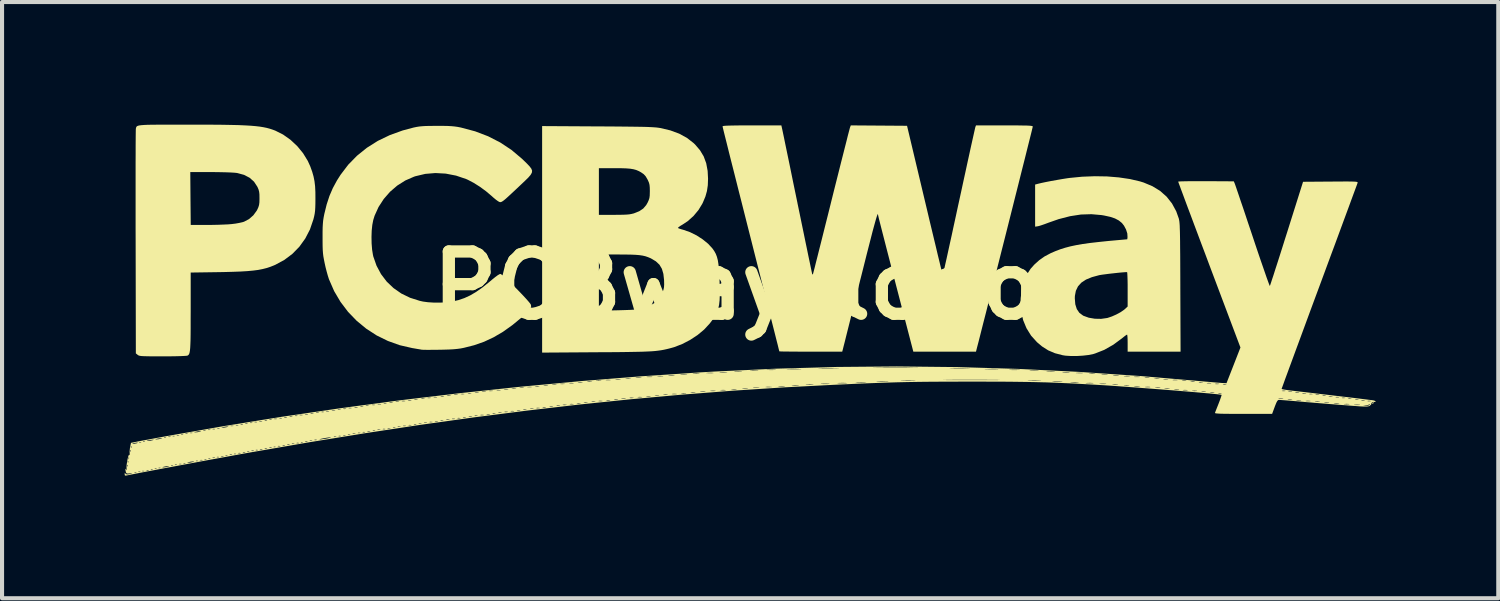
<source format=kicad_pcb>
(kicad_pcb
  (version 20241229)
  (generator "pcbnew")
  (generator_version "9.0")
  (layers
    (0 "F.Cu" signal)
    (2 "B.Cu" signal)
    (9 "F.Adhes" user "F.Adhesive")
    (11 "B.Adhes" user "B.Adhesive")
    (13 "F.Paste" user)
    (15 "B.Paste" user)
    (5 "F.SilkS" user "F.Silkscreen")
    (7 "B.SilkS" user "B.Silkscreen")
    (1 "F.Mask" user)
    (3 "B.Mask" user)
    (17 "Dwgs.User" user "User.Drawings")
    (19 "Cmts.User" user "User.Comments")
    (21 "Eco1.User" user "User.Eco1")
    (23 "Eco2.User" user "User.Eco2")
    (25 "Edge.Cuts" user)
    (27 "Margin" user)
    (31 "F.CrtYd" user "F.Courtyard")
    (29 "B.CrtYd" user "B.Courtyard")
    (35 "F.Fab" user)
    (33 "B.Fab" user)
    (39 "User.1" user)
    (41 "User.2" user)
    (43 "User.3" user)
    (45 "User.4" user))
  (footprint "PCBway_logo"
    (layer "F.Cu")
    (at 14.972 3.938)
    (property "Reference" "PCBway_logo" (at 0 0 0) (layer "F.SilkS") (effects (font (size 1.524 1.524) (thickness 0.3))))
    (attr board_only exclude_from_pos_files exclude_from_bom)
    (fp_poly (pts (xy 15.595 2.866) (xy 15.592 2.873) (xy 15.567 2.891) (xy 15.561 2.892) (xy 15.551 2.88) (xy 15.554 2.873) (xy 15.579 2.855) (xy 15.585 2.854)) (stroke (width 0) (type solid)) (fill yes) (layer "F.SilkS"))
    (fp_poly (pts (xy 9.066 -2.671) (xy 9.355 -2.647) (xy 9.626 -2.607) (xy 9.87 -2.55) (xy 9.961 -2.522) (xy 10.176 -2.432) (xy 10.364 -2.317) (xy 10.524 -2.175) (xy 10.655 -2.009) (xy 10.759 -1.817) (xy 10.82 -1.646) (xy 10.826 -1.623) (xy 10.831 -1.596) (xy 10.836 -1.563) (xy 10.84 -1.52) (xy 10.844 -1.466) (xy 10.846 -1.398) (xy 10.849 -1.313) (xy 10.851 -1.209) (xy 10.853 -1.083) (xy 10.854 -0.932) (xy 10.856 -0.754) (xy 10.857 -0.547) (xy 10.858 -0.307) (xy 10.859 -0.032) (xy 10.859 0.043) (xy 10.865 1.617) (xy 9.57 1.617) (xy 9.57 1.408) (xy 9.569 1.324) (xy 9.566 1.256) (xy 9.561 1.212) (xy 9.556 1.199) (xy 9.535 1.21) (xy 9.494 1.24) (xy 9.441 1.282) (xy 9.437 1.286) (xy 9.219 1.447) (xy 8.997 1.573) (xy 8.774 1.661) (xy 8.731 1.674) (xy 8.616 1.698) (xy 8.477 1.714) (xy 8.329 1.723) (xy 8.182 1.723) (xy 8.051 1.715) (xy 7.981 1.704) (xy 7.792 1.655) (xy 7.627 1.585) (xy 7.476 1.489) (xy 7.352 1.385) (xy 7.207 1.224) (xy 7.094 1.042) (xy 7.012 0.843) (xy 6.964 0.628) (xy 6.949 0.401) (xy 6.953 0.313) (xy 8.277 0.313) (xy 8.289 0.458) (xy 8.326 0.575) (xy 8.388 0.666) (xy 8.477 0.732) (xy 8.489 0.739) (xy 8.619 0.786) (xy 8.767 0.811) (xy 8.922 0.814) (xy 9.069 0.793) (xy 9.084 0.789) (xy 9.185 0.755) (xy 9.293 0.707) (xy 9.397 0.651) (xy 9.481 0.593) (xy 9.508 0.57) (xy 9.57 0.512) (xy 9.57 0.095) (xy 9.57 -0.027) (xy 9.568 -0.135) (xy 9.565 -0.225) (xy 9.562 -0.29) (xy 9.558 -0.325) (xy 9.556 -0.329) (xy 9.533 -0.33) (xy 9.481 -0.326) (xy 9.405 -0.32) (xy 9.314 -0.311) (xy 9.215 -0.3) (xy 9.116 -0.289) (xy 9.024 -0.277) (xy 8.946 -0.267) (xy 8.891 -0.258) (xy 8.878 -0.256) (xy 8.697 -0.207) (xy 8.551 -0.147) (xy 8.437 -0.072) (xy 8.355 0.019) (xy 8.303 0.127) (xy 8.279 0.253) (xy 8.277 0.313) (xy 6.953 0.313) (xy 6.953 0.307) (xy 6.98 0.09) (xy 7.028 -0.098) (xy 7.1 -0.264) (xy 7.196 -0.412) (xy 7.287 -0.514) (xy 7.408 -0.623) (xy 7.538 -0.714) (xy 7.689 -0.794) (xy 7.805 -0.844) (xy 7.921 -0.888) (xy 8.041 -0.926) (xy 8.17 -0.96) (xy 8.312 -0.99) (xy 8.471 -1.018) (xy 8.653 -1.043) (xy 8.863 -1.067) (xy 9.103 -1.092) (xy 9.203 -1.101) (xy 9.561 -1.133) (xy 9.567 -1.185) (xy 9.562 -1.274) (xy 9.531 -1.372) (xy 9.481 -1.466) (xy 9.43 -1.531) (xy 9.354 -1.593) (xy 9.26 -1.643) (xy 9.143 -1.682) (xy 8.997 -1.714) (xy 8.934 -1.725) (xy 8.684 -1.747) (xy 8.427 -1.739) (xy 8.161 -1.698) (xy 7.882 -1.626) (xy 7.633 -1.539) (xy 7.545 -1.506) (xy 7.464 -1.478) (xy 7.4 -1.458) (xy 7.368 -1.451) (xy 7.306 -1.442) (xy 7.306 -2.472) (xy 7.377 -2.491) (xy 7.46 -2.511) (xy 7.569 -2.534) (xy 7.697 -2.559) (xy 7.832 -2.583) (xy 7.964 -2.606) (xy 8.084 -2.625) (xy 8.148 -2.634) (xy 8.456 -2.664) (xy 8.765 -2.676)) (stroke (width 0) (type solid)) (fill yes) (layer "F.SilkS"))
    (fp_poly (pts (xy -13.405 -3.938) (xy -13.097 -3.938) (xy -12.825 -3.937) (xy -12.584 -3.935) (xy -12.373 -3.931) (xy -12.19 -3.927) (xy -12.03 -3.92) (xy -11.891 -3.912) (xy -11.771 -3.902) (xy -11.667 -3.89) (xy -11.575 -3.875) (xy -11.493 -3.858) (xy -11.419 -3.838) (xy -11.349 -3.815) (xy -11.287 -3.792) (xy -11.096 -3.696) (xy -10.915 -3.568) (xy -10.75 -3.414) (xy -10.607 -3.24) (xy -10.491 -3.051) (xy -10.429 -2.914) (xy -10.383 -2.786) (xy -10.35 -2.67) (xy -10.327 -2.555) (xy -10.312 -2.43) (xy -10.305 -2.288) (xy -10.304 -2.131) (xy -10.305 -2.003) (xy -10.308 -1.905) (xy -10.313 -1.826) (xy -10.322 -1.759) (xy -10.335 -1.694) (xy -10.353 -1.622) (xy -10.355 -1.616) (xy -10.438 -1.373) (xy -10.553 -1.151) (xy -10.697 -0.951) (xy -10.868 -0.776) (xy -11.065 -0.628) (xy -11.285 -0.509) (xy -11.317 -0.495) (xy -11.408 -0.459) (xy -11.5 -0.429) (xy -11.599 -0.404) (xy -11.707 -0.383) (xy -11.83 -0.367) (xy -11.972 -0.354) (xy -12.138 -0.344) (xy -12.33 -0.337) (xy -12.554 -0.331) (xy -12.676 -0.329) (xy -13.356 -0.319) (xy -13.356 0.627) (xy -13.357 0.854) (xy -13.357 1.046) (xy -13.358 1.205) (xy -13.36 1.336) (xy -13.364 1.441) (xy -13.368 1.524) (xy -13.374 1.586) (xy -13.382 1.633) (xy -13.391 1.665) (xy -13.403 1.688) (xy -13.418 1.703) (xy -13.433 1.713) (xy -13.462 1.718) (xy -13.525 1.722) (xy -13.617 1.726) (xy -13.737 1.729) (xy -13.878 1.731) (xy -14.038 1.731) (xy -14.038 1.731) (xy -14.201 1.731) (xy -14.33 1.731) (xy -14.43 1.729) (xy -14.505 1.727) (xy -14.559 1.724) (xy -14.597 1.719) (xy -14.623 1.712) (xy -14.641 1.704) (xy -14.653 1.695) (xy -14.698 1.659) (xy -14.703 -1.069) (xy -14.704 -1.388) (xy -14.704 -1.698) (xy -14.704 -1.995) (xy -14.704 -2.278) (xy -14.704 -2.545) (xy -14.704 -2.778) (xy -13.366 -2.778) (xy -13.361 -2.131) (xy -13.355 -1.484) (xy -12.96 -1.484) (xy -12.824 -1.485) (xy -12.685 -1.488) (xy -12.554 -1.493) (xy -12.441 -1.498) (xy -12.357 -1.505) (xy -12.259 -1.517) (xy -12.165 -1.534) (xy -12.086 -1.552) (xy -12.051 -1.563) (xy -11.931 -1.626) (xy -11.824 -1.719) (xy -11.741 -1.832) (xy -11.726 -1.86) (xy -11.699 -1.92) (xy -11.683 -1.974) (xy -11.675 -2.035) (xy -11.673 -2.118) (xy -11.673 -2.14) (xy -11.674 -2.23) (xy -11.681 -2.295) (xy -11.695 -2.349) (xy -11.719 -2.406) (xy -11.726 -2.42) (xy -11.806 -2.542) (xy -11.914 -2.638) (xy -12.05 -2.709) (xy -12.212 -2.753) (xy -12.244 -2.758) (xy -12.3 -2.763) (xy -12.387 -2.768) (xy -12.498 -2.772) (xy -12.627 -2.775) (xy -12.765 -2.777) (xy -12.871 -2.777) (xy -13.366 -2.778) (xy -14.704 -2.778) (xy -14.704 -2.792) (xy -14.704 -3.019) (xy -14.703 -3.223) (xy -14.703 -3.401) (xy -14.702 -3.552) (xy -14.701 -3.673) (xy -14.7 -3.763) (xy -14.699 -3.818) (xy -14.698 -3.837) (xy -14.694 -3.857) (xy -14.689 -3.874) (xy -14.681 -3.889) (xy -14.667 -3.901) (xy -14.645 -3.911) (xy -14.611 -3.919) (xy -14.563 -3.925) (xy -14.499 -3.93) (xy -14.414 -3.934) (xy -14.308 -3.936) (xy -14.177 -3.937) (xy -14.018 -3.938) (xy -13.828 -3.938) (xy -13.606 -3.938)) (stroke (width 0) (type solid)) (fill yes) (layer "F.SilkS"))
    (fp_poly (pts (xy -3.401 -3.895) (xy -3.134 -3.894) (xy -2.902 -3.892) (xy -2.702 -3.89) (xy -2.532 -3.888) (xy -2.388 -3.886) (xy -2.267 -3.884) (xy -2.167 -3.881) (xy -2.085 -3.877) (xy -2.018 -3.873) (xy -1.963 -3.869) (xy -1.916 -3.863) (xy -1.876 -3.857) (xy -1.868 -3.856) (xy -1.621 -3.798) (xy -1.404 -3.718) (xy -1.215 -3.615) (xy -1.052 -3.488) (xy -1.016 -3.454) (xy -0.895 -3.313) (xy -0.804 -3.162) (xy -0.742 -2.994) (xy -0.707 -2.806) (xy -0.697 -2.616) (xy -0.703 -2.454) (xy -0.724 -2.313) (xy -0.762 -2.178) (xy -0.822 -2.035) (xy -0.839 -2) (xy -0.932 -1.848) (xy -1.052 -1.704) (xy -1.19 -1.58) (xy -1.319 -1.494) (xy -1.378 -1.459) (xy -1.418 -1.43) (xy -1.434 -1.411) (xy -1.433 -1.409) (xy -1.408 -1.397) (xy -1.357 -1.38) (xy -1.297 -1.363) (xy -1.139 -1.308) (xy -0.979 -1.229) (xy -0.829 -1.132) (xy -0.696 -1.024) (xy -0.591 -0.91) (xy -0.587 -0.905) (xy -0.543 -0.841) (xy -0.507 -0.776) (xy -0.48 -0.705) (xy -0.458 -0.621) (xy -0.442 -0.519) (xy -0.43 -0.394) (xy -0.421 -0.24) (xy -0.416 -0.133) (xy -0.41 0.06) (xy -0.409 0.222) (xy -0.414 0.356) (xy -0.427 0.47) (xy -0.449 0.569) (xy -0.481 0.658) (xy -0.525 0.743) (xy -0.582 0.83) (xy -0.653 0.924) (xy -0.663 0.936) (xy -0.794 1.077) (xy -0.954 1.21) (xy -1.135 1.329) (xy -1.328 1.429) (xy -1.523 1.505) (xy -1.579 1.521) (xy -1.649 1.54) (xy -1.715 1.556) (xy -1.779 1.57) (xy -1.845 1.582) (xy -1.916 1.592) (xy -1.994 1.601) (xy -2.084 1.608) (xy -2.188 1.613) (xy -2.31 1.618) (xy -2.452 1.621) (xy -2.618 1.624) (xy -2.811 1.627) (xy -3.034 1.629) (xy -3.291 1.63) (xy -3.429 1.631) (xy -4.757 1.64) (xy -4.757 -0.761) (xy -3.368 -0.761) (xy -3.368 0.614) (xy -2.897 0.604) (xy -2.726 0.599) (xy -2.589 0.594) (xy -2.482 0.587) (xy -2.399 0.579) (xy -2.337 0.568) (xy -2.312 0.562) (xy -2.145 0.504) (xy -2.011 0.428) (xy -1.907 0.332) (xy -1.831 0.214) (xy -1.808 0.16) (xy -1.787 0.097) (xy -1.775 0.039) (xy -1.771 -0.029) (xy -1.773 -0.12) (xy -1.773 -0.133) (xy -1.79 -0.286) (xy -1.826 -0.41) (xy -1.886 -0.511) (xy -1.973 -0.593) (xy -2.09 -0.663) (xy -2.104 -0.67) (xy -2.166 -0.696) (xy -2.227 -0.717) (xy -2.295 -0.733) (xy -2.374 -0.745) (xy -2.47 -0.753) (xy -2.588 -0.758) (xy -2.733 -0.76) (xy -2.906 -0.761) (xy -3.368 -0.761) (xy -4.757 -0.761) (xy -4.757 -1.731) (xy -3.368 -1.731) (xy -2.999 -1.731) (xy -2.864 -1.732) (xy -2.76 -1.734) (xy -2.68 -1.738) (xy -2.618 -1.744) (xy -2.565 -1.754) (xy -2.516 -1.766) (xy -2.507 -1.769) (xy -2.38 -1.82) (xy -2.283 -1.885) (xy -2.21 -1.97) (xy -2.176 -2.03) (xy -2.149 -2.09) (xy -2.132 -2.143) (xy -2.124 -2.203) (xy -2.122 -2.284) (xy -2.121 -2.313) (xy -2.123 -2.401) (xy -2.129 -2.464) (xy -2.142 -2.516) (xy -2.165 -2.57) (xy -2.179 -2.598) (xy -2.222 -2.672) (xy -2.27 -2.725) (xy -2.336 -2.771) (xy -2.338 -2.772) (xy -2.397 -2.804) (xy -2.456 -2.829) (xy -2.522 -2.847) (xy -2.601 -2.86) (xy -2.699 -2.868) (xy -2.822 -2.872) (xy -2.976 -2.873) (xy -2.998 -2.873) (xy -3.368 -2.873) (xy -3.368 -1.731) (xy -4.757 -1.731) (xy -4.757 -3.903)) (stroke (width 0) (type solid)) (fill yes) (layer "F.SilkS"))
    (fp_poly (pts (xy -7.183 -3.908) (xy -7.071 -3.906) (xy -6.98 -3.901) (xy -6.903 -3.894) (xy -6.831 -3.884) (xy -6.757 -3.87) (xy -6.735 -3.865) (xy -6.394 -3.774) (xy -6.077 -3.653) (xy -5.781 -3.501) (xy -5.506 -3.319) (xy -5.251 -3.104) (xy -5.21 -3.065) (xy -5.124 -2.981) (xy -5.061 -2.914) (xy -5.02 -2.859) (xy -5.002 -2.81) (xy -5.009 -2.761) (xy -5.04 -2.707) (xy -5.096 -2.642) (xy -5.179 -2.561) (xy -5.275 -2.47) (xy -5.401 -2.351) (xy -5.503 -2.256) (xy -5.583 -2.182) (xy -5.645 -2.126) (xy -5.692 -2.087) (xy -5.727 -2.062) (xy -5.753 -2.048) (xy -5.774 -2.042) (xy -5.791 -2.043) (xy -5.799 -2.045) (xy -5.833 -2.063) (xy -5.886 -2.101) (xy -5.949 -2.153) (xy -5.991 -2.191) (xy -6.128 -2.307) (xy -6.278 -2.417) (xy -6.43 -2.513) (xy -6.575 -2.589) (xy -6.615 -2.607) (xy -6.863 -2.691) (xy -7.116 -2.74) (xy -7.369 -2.754) (xy -7.617 -2.733) (xy -7.858 -2.676) (xy -7.891 -2.665) (xy -8.104 -2.572) (xy -8.302 -2.447) (xy -8.479 -2.295) (xy -8.633 -2.118) (xy -8.76 -1.922) (xy -8.856 -1.71) (xy -8.889 -1.604) (xy -8.912 -1.487) (xy -8.927 -1.344) (xy -8.932 -1.188) (xy -8.929 -1.029) (xy -8.917 -0.879) (xy -8.896 -0.749) (xy -8.888 -0.713) (xy -8.809 -0.487) (xy -8.699 -0.281) (xy -8.56 -0.098) (xy -8.393 0.061) (xy -8.202 0.194) (xy -7.988 0.298) (xy -7.752 0.373) (xy -7.671 0.391) (xy -7.552 0.407) (xy -7.411 0.416) (xy -7.261 0.417) (xy -7.115 0.411) (xy -6.99 0.396) (xy -6.961 0.391) (xy -6.805 0.355) (xy -6.66 0.306) (xy -6.519 0.241) (xy -6.377 0.158) (xy -6.226 0.053) (xy -6.062 -0.078) (xy -5.978 -0.149) (xy -5.906 -0.207) (xy -5.844 -0.253) (xy -5.797 -0.28) (xy -5.778 -0.286) (xy -5.754 -0.273) (xy -5.708 -0.236) (xy -5.645 -0.18) (xy -5.57 -0.109) (xy -5.486 -0.027) (xy -5.398 0.061) (xy -5.311 0.15) (xy -5.228 0.237) (xy -5.154 0.317) (xy -5.094 0.385) (xy -5.051 0.437) (xy -5.031 0.47) (xy -5.03 0.472) (xy -5.026 0.51) (xy -5.036 0.548) (xy -5.064 0.592) (xy -5.113 0.647) (xy -5.186 0.717) (xy -5.246 0.77) (xy -5.484 0.966) (xy -5.715 1.131) (xy -5.944 1.265) (xy -6.177 1.374) (xy -6.42 1.459) (xy -6.669 1.522) (xy -6.749 1.538) (xy -6.831 1.549) (xy -6.924 1.558) (xy -7.034 1.564) (xy -7.171 1.568) (xy -7.259 1.57) (xy -7.381 1.571) (xy -7.493 1.572) (xy -7.588 1.572) (xy -7.659 1.571) (xy -7.701 1.569) (xy -7.706 1.568) (xy -7.745 1.561) (xy -7.811 1.55) (xy -7.891 1.536) (xy -7.934 1.529) (xy -8.239 1.459) (xy -8.53 1.355) (xy -8.805 1.22) (xy -9.061 1.054) (xy -9.295 0.861) (xy -9.506 0.642) (xy -9.69 0.399) (xy -9.846 0.135) (xy -9.97 -0.149) (xy -9.977 -0.168) (xy -10.001 -0.244) (xy -10.029 -0.344) (xy -10.057 -0.453) (xy -10.078 -0.549) (xy -10.096 -0.639) (xy -10.11 -0.717) (xy -10.119 -0.792) (xy -10.125 -0.874) (xy -10.128 -0.971) (xy -10.129 -1.093) (xy -10.129 -1.17) (xy -10.129 -1.311) (xy -10.127 -1.422) (xy -10.122 -1.512) (xy -10.115 -1.59) (xy -10.104 -1.662) (xy -10.089 -1.739) (xy -10.087 -1.75) (xy -10.029 -1.985) (xy -9.961 -2.193) (xy -9.878 -2.386) (xy -9.776 -2.574) (xy -9.688 -2.712) (xy -9.502 -2.957) (xy -9.287 -3.177) (xy -9.045 -3.372) (xy -8.777 -3.541) (xy -8.484 -3.682) (xy -8.169 -3.796) (xy -7.902 -3.867) (xy -7.83 -3.882) (xy -7.761 -3.893) (xy -7.687 -3.9) (xy -7.601 -3.905) (xy -7.495 -3.907) (xy -7.36 -3.908) (xy -7.325 -3.908)) (stroke (width 0) (type solid)) (fill yes) (layer "F.SilkS"))
    (fp_poly (pts (xy 4.172 -3.91) (xy 4.606 -2.086) (xy 4.667 -1.83) (xy 4.725 -1.584) (xy 4.781 -1.351) (xy 4.833 -1.134) (xy 4.881 -0.935) (xy 4.923 -0.756) (xy 4.961 -0.601) (xy 4.992 -0.471) (xy 5.017 -0.37) (xy 5.035 -0.299) (xy 5.044 -0.262) (xy 5.046 -0.256) (xy 5.051 -0.273) (xy 5.063 -0.325) (xy 5.083 -0.409) (xy 5.108 -0.523) (xy 5.14 -0.663) (xy 5.176 -0.829) (xy 5.217 -1.016) (xy 5.263 -1.223) (xy 5.311 -1.447) (xy 5.363 -1.685) (xy 5.417 -1.936) (xy 5.44 -2.041) (xy 5.496 -2.297) (xy 5.549 -2.543) (xy 5.6 -2.776) (xy 5.647 -2.994) (xy 5.691 -3.194) (xy 5.73 -3.373) (xy 5.765 -3.53) (xy 5.794 -3.66) (xy 5.817 -3.763) (xy 5.833 -3.834) (xy 5.842 -3.872) (xy 5.843 -3.877) (xy 5.859 -3.919) (xy 6.554 -3.919) (xy 6.737 -3.919) (xy 6.886 -3.919) (xy 7.003 -3.917) (xy 7.093 -3.916) (xy 7.159 -3.913) (xy 7.204 -3.909) (xy 7.232 -3.904) (xy 7.245 -3.898) (xy 7.249 -3.891) (xy 7.244 -3.871) (xy 7.231 -3.816) (xy 7.21 -3.73) (xy 7.181 -3.614) (xy 7.145 -3.471) (xy 7.103 -3.303) (xy 7.056 -3.114) (xy 7.003 -2.905) (xy 6.946 -2.678) (xy 6.886 -2.438) (xy 6.822 -2.185) (xy 6.756 -1.922) (xy 6.688 -1.652) (xy 6.619 -1.378) (xy 6.549 -1.101) (xy 6.479 -0.825) (xy 6.41 -0.551) (xy 6.342 -0.283) (xy 6.276 -0.022) (xy 6.213 0.229) (xy 6.152 0.467) (xy 6.096 0.69) (xy 6.043 0.895) (xy 5.996 1.08) (xy 5.955 1.243) (xy 5.92 1.381) (xy 5.891 1.491) (xy 5.877 1.546) (xy 5.859 1.617) (xy 4.326 1.617) (xy 3.894 -0.043) (xy 3.831 -0.288) (xy 3.77 -0.522) (xy 3.713 -0.743) (xy 3.66 -0.948) (xy 3.612 -1.135) (xy 3.569 -1.302) (xy 3.533 -1.444) (xy 3.503 -1.561) (xy 3.481 -1.649) (xy 3.468 -1.705) (xy 3.463 -1.727) (xy 3.463 -1.727) (xy 3.461 -1.746) (xy 3.456 -1.749) (xy 3.447 -1.733) (xy 3.434 -1.697) (xy 3.416 -1.64) (xy 3.393 -1.559) (xy 3.364 -1.454) (xy 3.328 -1.322) (xy 3.287 -1.161) (xy 3.238 -0.971) (xy 3.181 -0.748) (xy 3.117 -0.493) (xy 3.044 -0.203) (xy 3.027 -0.138) (xy 2.967 0.104) (xy 2.908 0.337) (xy 2.853 0.558) (xy 2.801 0.764) (xy 2.754 0.952) (xy 2.712 1.119) (xy 2.676 1.263) (xy 2.647 1.38) (xy 2.624 1.469) (xy 2.61 1.525) (xy 2.605 1.546) (xy 2.586 1.617) (xy 1.816 1.617) (xy 1.649 1.617) (xy 1.495 1.616) (xy 1.357 1.615) (xy 1.239 1.614) (xy 1.146 1.613) (xy 1.081 1.611) (xy 1.049 1.609) (xy 1.046 1.608) (xy 1.042 1.589) (xy 1.028 1.535) (xy 1.007 1.448) (xy 0.977 1.331) (xy 0.94 1.184) (xy 0.896 1.011) (xy 0.846 0.814) (xy 0.791 0.593) (xy 0.73 0.352) (xy 0.664 0.093) (xy 0.594 -0.183) (xy 0.52 -0.474) (xy 0.443 -0.777) (xy 0.364 -1.09) (xy 0.352 -1.137) (xy 0.272 -1.452) (xy 0.195 -1.757) (xy 0.121 -2.05) (xy 0.05 -2.329) (xy -0.016 -2.592) (xy -0.078 -2.837) (xy -0.135 -3.061) (xy -0.186 -3.264) (xy -0.23 -3.442) (xy -0.268 -3.593) (xy -0.299 -3.717) (xy -0.322 -3.81) (xy -0.336 -3.87) (xy -0.342 -3.896) (xy -0.342 -3.896) (xy -0.333 -3.903) (xy -0.305 -3.908) (xy -0.253 -3.912) (xy -0.177 -3.915) (xy -0.072 -3.917) (xy 0.063 -3.919) (xy 0.231 -3.919) (xy 0.377 -3.919) (xy 1.097 -3.919) (xy 1.119 -3.82) (xy 1.126 -3.786) (xy 1.14 -3.719) (xy 1.161 -3.62) (xy 1.187 -3.492) (xy 1.219 -3.338) (xy 1.256 -3.16) (xy 1.297 -2.963) (xy 1.341 -2.747) (xy 1.388 -2.517) (xy 1.438 -2.275) (xy 1.49 -2.024) (xy 1.493 -2.007) (xy 1.545 -1.758) (xy 1.594 -1.519) (xy 1.641 -1.293) (xy 1.684 -1.083) (xy 1.724 -0.891) (xy 1.759 -0.72) (xy 1.79 -0.574) (xy 1.815 -0.453) (xy 1.834 -0.362) (xy 1.847 -0.302) (xy 1.853 -0.277) (xy 1.853 -0.276) (xy 1.864 -0.273) (xy 1.871 -0.285) (xy 1.877 -0.308) (xy 1.892 -0.364) (xy 1.915 -0.452) (xy 1.944 -0.57) (xy 1.981 -0.714) (xy 2.023 -0.882) (xy 2.071 -1.071) (xy 2.123 -1.279) (xy 2.179 -1.503) (xy 2.239 -1.741) (xy 2.301 -1.99) (xy 2.32 -2.067) (xy 2.383 -2.32) (xy 2.444 -2.562) (xy 2.502 -2.792) (xy 2.556 -3.007) (xy 2.606 -3.204) (xy 2.651 -3.381) (xy 2.69 -3.534) (xy 2.722 -3.663) (xy 2.748 -3.762) (xy 2.766 -3.831) (xy 2.776 -3.867) (xy 2.777 -3.87) (xy 2.796 -3.92)) (stroke (width 0) (type solid)) (fill yes) (layer "F.SilkS"))
    (fp_poly (pts (xy 11.487 -2.555) (xy 12.167 -2.551) (xy 12.19 -2.498) (xy 12.2 -2.471) (xy 12.221 -2.411) (xy 12.251 -2.322) (xy 12.291 -2.205) (xy 12.338 -2.065) (xy 12.393 -1.905) (xy 12.453 -1.726) (xy 12.517 -1.533) (xy 12.586 -1.329) (xy 12.625 -1.212) (xy 12.694 -1.005) (xy 12.76 -0.809) (xy 12.822 -0.627) (xy 12.879 -0.463) (xy 12.929 -0.318) (xy 12.971 -0.196) (xy 13.006 -0.1) (xy 13.031 -0.032) (xy 13.046 0.004) (xy 13.049 0.01) (xy 13.057 -0.01) (xy 13.075 -0.063) (xy 13.102 -0.146) (xy 13.139 -0.257) (xy 13.182 -0.393) (xy 13.233 -0.55) (xy 13.289 -0.725) (xy 13.35 -0.917) (xy 13.414 -1.121) (xy 13.462 -1.271) (xy 13.862 -2.54) (xy 14.534 -2.545) (xy 14.712 -2.546) (xy 14.855 -2.547) (xy 14.968 -2.547) (xy 15.053 -2.546) (xy 15.115 -2.544) (xy 15.157 -2.541) (xy 15.182 -2.536) (xy 15.195 -2.53) (xy 15.198 -2.523) (xy 15.197 -2.516) (xy 15.19 -2.495) (xy 15.17 -2.44) (xy 15.138 -2.353) (xy 15.095 -2.237) (xy 15.042 -2.093) (xy 14.98 -1.924) (xy 14.909 -1.732) (xy 14.83 -1.518) (xy 14.744 -1.285) (xy 14.652 -1.035) (xy 14.553 -0.769) (xy 14.45 -0.491) (xy 14.343 -0.201) (xy 14.263 0.015) (xy 14.153 0.311) (xy 14.047 0.597) (xy 13.946 0.871) (xy 13.85 1.132) (xy 13.76 1.376) (xy 13.676 1.603) (xy 13.6 1.81) (xy 13.532 1.994) (xy 13.473 2.155) (xy 13.423 2.29) (xy 13.385 2.396) (xy 13.357 2.473) (xy 13.341 2.517) (xy 13.337 2.528) (xy 13.355 2.535) (xy 13.404 2.545) (xy 13.479 2.557) (xy 13.571 2.569) (xy 13.628 2.575) (xy 13.744 2.589) (xy 13.882 2.604) (xy 14.036 2.622) (xy 14.202 2.642) (xy 14.375 2.662) (xy 14.552 2.683) (xy 14.728 2.704) (xy 14.899 2.724) (xy 15.06 2.743) (xy 15.207 2.761) (xy 15.336 2.777) (xy 15.442 2.79) (xy 15.521 2.8) (xy 15.568 2.806) (xy 15.578 2.807) (xy 15.62 2.82) (xy 15.639 2.836) (xy 15.64 2.838) (xy 15.625 2.849) (xy 15.609 2.846) (xy 15.575 2.846) (xy 15.545 2.862) (xy 15.532 2.884) (xy 15.535 2.892) (xy 15.527 2.911) (xy 15.497 2.938) (xy 15.495 2.939) (xy 15.479 2.948) (xy 15.459 2.955) (xy 15.431 2.959) (xy 15.39 2.96) (xy 15.331 2.959) (xy 15.251 2.955) (xy 15.145 2.947) (xy 15.087 2.943) (xy 15.326 2.943) (xy 15.395 2.946) (xy 15.46 2.937) (xy 15.49 2.916) (xy 15.506 2.893) (xy 15.497 2.897) (xy 15.487 2.905) (xy 15.449 2.922) (xy 15.396 2.934) (xy 15.392 2.935) (xy 15.326 2.943) (xy 15.087 2.943) (xy 15.007 2.937) (xy 14.92 2.93) (xy 14.787 2.92) (xy 15.107 2.92) (xy 15.126 2.923) (xy 15.175 2.924) (xy 15.183 2.924) (xy 15.235 2.923) (xy 15.258 2.92) (xy 15.248 2.917) (xy 15.245 2.916) (xy 15.178 2.913) (xy 15.121 2.916) (xy 15.107 2.92) (xy 14.787 2.92) (xy 14.745 2.917) (xy 14.549 2.901) (xy 14.858 2.901) (xy 14.877 2.904) (xy 14.925 2.905) (xy 14.926 2.905) (xy 14.977 2.904) (xy 14.999 2.901) (xy 14.988 2.897) (xy 14.93 2.894) (xy 14.874 2.897) (xy 14.858 2.901) (xy 14.549 2.901) (xy 14.546 2.901) (xy 14.336 2.884) (xy 14.315 2.882) (xy 14.611 2.882) (xy 14.629 2.885) (xy 14.678 2.886) (xy 14.679 2.886) (xy 14.729 2.885) (xy 14.752 2.882) (xy 14.741 2.878) (xy 14.683 2.875) (xy 14.627 2.878) (xy 14.611 2.882) (xy 14.315 2.882) (xy 14.128 2.867) (xy 14.09 2.863) (xy 14.377 2.863) (xy 14.398 2.866) (xy 14.441 2.867) (xy 14.488 2.866) (xy 14.505 2.863) (xy 14.493 2.859) (xy 14.432 2.856) (xy 14.389 2.859) (xy 14.377 2.863) (xy 14.09 2.863) (xy 13.937 2.851) (xy 13.865 2.844) (xy 14.148 2.844) (xy 14.17 2.847) (xy 14.213 2.848) (xy 14.26 2.847) (xy 14.277 2.844) (xy 14.265 2.84) (xy 14.203 2.837) (xy 14.16 2.84) (xy 14.148 2.844) (xy 13.865 2.844) (xy 13.853 2.843) (xy 13.712 2.831) (xy 13.641 2.825) (xy 13.92 2.825) (xy 13.942 2.828) (xy 13.984 2.829) (xy 14.031 2.828) (xy 14.04 2.826) (xy 15.434 2.826) (xy 15.457 2.83) (xy 15.478 2.83) (xy 15.517 2.829) (xy 15.527 2.824) (xy 15.521 2.822) (xy 15.475 2.818) (xy 15.445 2.821) (xy 15.434 2.826) (xy 14.04 2.826) (xy 14.049 2.825) (xy 14.037 2.821) (xy 13.975 2.818) (xy 13.932 2.821) (xy 13.92 2.825) (xy 13.641 2.825) (xy 13.581 2.82) (xy 13.467 2.811) (xy 13.407 2.806) (xy 13.692 2.806) (xy 13.713 2.809) (xy 13.756 2.81) (xy 13.803 2.809) (xy 13.812 2.807) (xy 15.282 2.807) (xy 15.305 2.811) (xy 15.326 2.811) (xy 15.365 2.81) (xy 15.375 2.805) (xy 15.369 2.803) (xy 15.323 2.799) (xy 15.293 2.802) (xy 15.282 2.807) (xy 13.812 2.807) (xy 13.821 2.806) (xy 13.808 2.802) (xy 13.747 2.799) (xy 13.704 2.802) (xy 13.692 2.806) (xy 13.407 2.806) (xy 13.375 2.804) (xy 13.308 2.799) (xy 13.274 2.797) (xy 13.272 2.797) (xy 13.251 2.803) (xy 13.231 2.824) (xy 13.208 2.867) (xy 13.179 2.939) (xy 13.168 2.968) (xy 13.105 3.139) (xy 12.401 3.139) (xy 12.212 3.139) (xy 12.058 3.138) (xy 11.936 3.137) (xy 11.844 3.135) (xy 11.777 3.131) (xy 11.734 3.127) (xy 11.712 3.122) (xy 11.706 3.116) (xy 11.706 3.116) (xy 11.716 3.089) (xy 11.737 3.035) (xy 11.766 2.962) (xy 11.796 2.886) (xy 11.827 2.805) (xy 11.833 2.788) (xy 13.481 2.788) (xy 13.502 2.791) (xy 13.537 2.791) (xy 13.582 2.79) (xy 13.591 2.788) (xy 15.13 2.788) (xy 15.153 2.792) (xy 15.173 2.792) (xy 15.213 2.791) (xy 15.223 2.786) (xy 15.216 2.784) (xy 15.171 2.78) (xy 15.14 2.783) (xy 15.13 2.788) (xy 13.591 2.788) (xy 13.599 2.787) (xy 13.59 2.783) (xy 13.538 2.78) (xy 13.495 2.783) (xy 13.481 2.788) (xy 11.833 2.788) (xy 11.84 2.768) (xy 13.254 2.768) (xy 13.276 2.771) (xy 13.318 2.772) (xy 13.365 2.771) (xy 13.374 2.769) (xy 14.959 2.769) (xy 14.981 2.773) (xy 15.002 2.773) (xy 15.041 2.771) (xy 15.051 2.767) (xy 15.045 2.765) (xy 15 2.761) (xy 14.969 2.764) (xy 14.959 2.769) (xy 13.374 2.769) (xy 13.383 2.768) (xy 13.371 2.764) (xy 13.309 2.761) (xy 13.266 2.764) (xy 13.254 2.768) (xy 11.84 2.768) (xy 11.846 2.75) (xy 14.806 2.75) (xy 14.829 2.754) (xy 14.85 2.754) (xy 14.889 2.752) (xy 14.899 2.748) (xy 14.893 2.746) (xy 14.847 2.742) (xy 14.817 2.745) (xy 14.806 2.75) (xy 11.846 2.75) (xy 11.851 2.737) (xy 11.853 2.731) (xy 14.654 2.731) (xy 14.677 2.734) (xy 14.698 2.735) (xy 14.737 2.733) (xy 14.747 2.729) (xy 14.741 2.727) (xy 14.695 2.723) (xy 14.665 2.726) (xy 14.654 2.731) (xy 11.853 2.731) (xy 11.859 2.712) (xy 14.484 2.712) (xy 14.508 2.715) (xy 14.536 2.716) (xy 14.577 2.714) (xy 14.588 2.71) (xy 14.579 2.707) (xy 14.523 2.704) (xy 14.493 2.707) (xy 14.484 2.712) (xy 11.859 2.712) (xy 11.865 2.693) (xy 14.331 2.693) (xy 14.354 2.696) (xy 14.374 2.697) (xy 14.413 2.695) (xy 14.424 2.691) (xy 14.417 2.689) (xy 14.372 2.685) (xy 14.341 2.688) (xy 14.331 2.693) (xy 11.865 2.693) (xy 11.866 2.691) (xy 11.869 2.674) (xy 14.161 2.674) (xy 14.185 2.677) (xy 14.213 2.678) (xy 14.254 2.676) (xy 14.265 2.672) (xy 14.255 2.669) (xy 14.2 2.666) (xy 14.17 2.669) (xy 14.161 2.674) (xy 11.869 2.674) (xy 11.87 2.674) (xy 11.848 2.669) (xy 11.791 2.662) (xy 11.728 2.655) (xy 14.007 2.655) (xy 14.03 2.658) (xy 14.051 2.659) (xy 14.09 2.657) (xy 14.1 2.653) (xy 14.094 2.651) (xy 14.048 2.647) (xy 14.018 2.65) (xy 14.007 2.655) (xy 11.728 2.655) (xy 11.704 2.653) (xy 11.588 2.641) (xy 11.53 2.636) (xy 11.781 2.636) (xy 11.804 2.639) (xy 11.825 2.64) (xy 11.864 2.638) (xy 11.87 2.636) (xy 13.837 2.636) (xy 13.861 2.639) (xy 13.889 2.639) (xy 13.93 2.638) (xy 13.942 2.634) (xy 13.932 2.631) (xy 13.877 2.628) (xy 13.846 2.631) (xy 13.837 2.636) (xy 11.87 2.636) (xy 11.874 2.634) (xy 11.868 2.632) (xy 11.822 2.628) (xy 11.792 2.631) (xy 11.781 2.636) (xy 11.53 2.636) (xy 11.447 2.629) (xy 11.307 2.616) (xy 11.579 2.616) (xy 11.599 2.619) (xy 11.635 2.62) (xy 11.68 2.619) (xy 11.69 2.617) (xy 13.666 2.617) (xy 13.69 2.62) (xy 13.718 2.62) (xy 13.759 2.619) (xy 13.77 2.615) (xy 13.761 2.612) (xy 13.705 2.609) (xy 13.675 2.612) (xy 13.666 2.617) (xy 11.69 2.617) (xy 11.696 2.616) (xy 11.687 2.612) (xy 11.635 2.609) (xy 11.592 2.612) (xy 11.579 2.616) (xy 11.307 2.616) (xy 11.285 2.614) (xy 11.105 2.599) (xy 11.085 2.597) (xy 11.369 2.597) (xy 11.39 2.6) (xy 11.425 2.601) (xy 11.47 2.6) (xy 11.48 2.598) (xy 13.495 2.598) (xy 13.519 2.601) (xy 13.547 2.601) (xy 13.588 2.6) (xy 13.599 2.596) (xy 13.589 2.593) (xy 13.534 2.59) (xy 13.504 2.593) (xy 13.495 2.598) (xy 11.48 2.598) (xy 11.487 2.597) (xy 11.478 2.593) (xy 11.426 2.59) (xy 11.383 2.593) (xy 11.369 2.597) (xy 11.085 2.597) (xy 10.911 2.583) (xy 10.853 2.578) (xy 11.142 2.578) (xy 11.164 2.581) (xy 11.206 2.582) (xy 11.253 2.581) (xy 11.262 2.579) (xy 13.341 2.579) (xy 13.364 2.582) (xy 13.385 2.583) (xy 13.424 2.581) (xy 13.434 2.577) (xy 13.428 2.574) (xy 13.382 2.571) (xy 13.352 2.574) (xy 13.341 2.579) (xy 11.262 2.579) (xy 11.271 2.578) (xy 11.259 2.574) (xy 11.197 2.571) (xy 11.154 2.574) (xy 11.142 2.578) (xy 10.853 2.578) (xy 10.705 2.566) (xy 10.618 2.559) (xy 10.914 2.559) (xy 10.936 2.562) (xy 10.978 2.563) (xy 11.025 2.562) (xy 11.043 2.559) (xy 11.03 2.555) (xy 10.969 2.552) (xy 10.926 2.555) (xy 10.914 2.559) (xy 10.618 2.559) (xy 10.49 2.549) (xy 10.378 2.54) (xy 10.705 2.54) (xy 10.726 2.543) (xy 10.769 2.544) (xy 10.816 2.543) (xy 10.833 2.54) (xy 10.821 2.536) (xy 10.76 2.533) (xy 10.717 2.536) (xy 10.705 2.54) (xy 10.378 2.54) (xy 10.271 2.532) (xy 10.127 2.521) (xy 10.463 2.521) (xy 10.482 2.523) (xy 10.53 2.525) (xy 10.531 2.525) (xy 10.582 2.524) (xy 10.604 2.521) (xy 10.593 2.517) (xy 10.535 2.514) (xy 10.479 2.517) (xy 10.463 2.521) (xy 10.127 2.521) (xy 10.05 2.515) (xy 9.877 2.502) (xy 10.235 2.502) (xy 10.253 2.504) (xy 10.302 2.506) (xy 10.303 2.506) (xy 10.353 2.505) (xy 10.375 2.502) (xy 10.365 2.498) (xy 10.307 2.495) (xy 10.251 2.498) (xy 10.235 2.502) (xy 9.877 2.502) (xy 9.832 2.498) (xy 9.62 2.483) (xy 9.988 2.483) (xy 10.006 2.485) (xy 10.055 2.487) (xy 10.055 2.487) (xy 10.106 2.486) (xy 10.128 2.483) (xy 10.118 2.479) (xy 10.06 2.476) (xy 10.003 2.479) (xy 9.988 2.483) (xy 9.62 2.483) (xy 9.618 2.482) (xy 9.413 2.468) (xy 9.352 2.463) (xy 9.722 2.463) (xy 9.742 2.466) (xy 9.791 2.467) (xy 9.799 2.467) (xy 9.851 2.466) (xy 9.874 2.464) (xy 9.864 2.46) (xy 9.86 2.46) (xy 9.794 2.456) (xy 9.737 2.46) (xy 9.722 2.463) (xy 9.352 2.463) (xy 9.219 2.454) (xy 9.076 2.444) (xy 9.474 2.444) (xy 9.492 2.447) (xy 9.541 2.448) (xy 9.542 2.448) (xy 9.592 2.447) (xy 9.614 2.445) (xy 9.604 2.441) (xy 9.546 2.437) (xy 9.49 2.441) (xy 9.474 2.444) (xy 9.076 2.444) (xy 9.041 2.442) (xy 8.88 2.432) (xy 8.8 2.427) (xy 8.768 2.425) (xy 9.19 2.425) (xy 9.209 2.428) (xy 9.258 2.429) (xy 9.266 2.429) (xy 9.318 2.428) (xy 9.331 2.427) (xy 11.895 2.427) (xy 11.918 2.43) (xy 11.939 2.431) (xy 11.978 2.429) (xy 11.988 2.425) (xy 11.982 2.422) (xy 11.936 2.419) (xy 11.906 2.422) (xy 11.895 2.427) (xy 9.331 2.427) (xy 9.341 2.426) (xy 9.331 2.422) (xy 9.328 2.422) (xy 9.261 2.418) (xy 9.204 2.422) (xy 9.19 2.425) (xy 8.768 2.425) (xy 8.549 2.413) (xy 8.422 2.406) (xy 8.873 2.406) (xy 8.891 2.408) (xy 8.938 2.41) (xy 8.961 2.41) (xy 9.019 2.409) (xy 9.038 2.408) (xy 11.706 2.408) (xy 11.73 2.411) (xy 11.758 2.411) (xy 11.799 2.41) (xy 11.811 2.406) (xy 11.801 2.403) (xy 11.746 2.4) (xy 11.715 2.403) (xy 11.706 2.408) (xy 9.038 2.408) (xy 9.047 2.407) (xy 9.043 2.404) (xy 9.033 2.402) (xy 8.961 2.399) (xy 8.89 2.402) (xy 8.873 2.406) (xy 8.422 2.406) (xy 8.32 2.4) (xy 8.107 2.39) (xy 8.038 2.387) (xy 8.538 2.387) (xy 8.553 2.389) (xy 8.599 2.39) (xy 8.638 2.391) (xy 8.7 2.39) (xy 8.733 2.388) (xy 8.733 2.388) (xy 11.503 2.388) (xy 11.523 2.391) (xy 11.558 2.392) (xy 11.604 2.391) (xy 11.62 2.387) (xy 11.611 2.384) (xy 11.559 2.38) (xy 11.516 2.384) (xy 11.503 2.388) (xy 8.733 2.388) (xy 8.734 2.385) (xy 8.719 2.383) (xy 8.643 2.38) (xy 8.565 2.383) (xy 8.557 2.383) (xy 8.538 2.387) (xy 8.038 2.387) (xy 7.905 2.381) (xy 7.709 2.373) (xy 7.537 2.367) (xy 8.164 2.367) (xy 8.177 2.37) (xy 8.221 2.371) (xy 8.267 2.372) (xy 8.331 2.371) (xy 8.359 2.37) (xy 11.307 2.37) (xy 11.331 2.373) (xy 11.359 2.373) (xy 11.4 2.372) (xy 11.411 2.368) (xy 11.401 2.365) (xy 11.346 2.362) (xy 11.316 2.365) (xy 11.307 2.37) (xy 8.359 2.37) (xy 8.368 2.369) (xy 8.374 2.366) (xy 8.358 2.364) (xy 8.286 2.361) (xy 8.207 2.363) (xy 8.187 2.364) (xy 8.164 2.367) (xy 7.537 2.367) (xy 7.515 2.367) (xy 7.318 2.362) (xy 7.112 2.358) (xy 6.893 2.355) (xy 6.656 2.352) (xy 6.396 2.351) (xy 6.108 2.35) (xy 5.788 2.35) (xy 5.755 2.35) (xy 5.429 2.35) (xy 5.135 2.351) (xy 4.867 2.352) (xy 4.619 2.354) (xy 4.386 2.357) (xy 4.161 2.361) (xy 3.939 2.366) (xy 3.713 2.373) (xy 3.479 2.381) (xy 3.229 2.39) (xy 2.959 2.401) (xy 2.662 2.415) (xy 2.397 2.427) (xy 1.152 2.491) (xy -0.094 2.572) (xy -1.342 2.669) (xy -2.596 2.782) (xy -3.86 2.912) (xy -5.136 3.06) (xy -6.428 3.225) (xy -7.74 3.408) (xy -9.074 3.61) (xy -10.434 3.83) (xy -11.824 4.07) (xy -11.901 4.083) (xy -12.068 4.113) (xy -12.255 4.147) (xy -12.457 4.184) (xy -12.67 4.223) (xy -12.892 4.263) (xy -13.119 4.305) (xy -13.348 4.348) (xy -13.574 4.39) (xy -13.795 4.431) (xy -14.006 4.47) (xy -14.205 4.508) (xy -14.388 4.542) (xy -14.551 4.573) (xy -14.691 4.6) (xy -14.804 4.622) (xy -14.888 4.639) (xy -14.938 4.649) (xy -14.94 4.65) (xy -14.965 4.647) (xy -14.972 4.617) (xy -14.971 4.607) (xy -14.968 4.579) (xy -14.961 4.588) (xy -14.961 4.59) (xy -14.94 4.615) (xy -14.894 4.62) (xy -14.818 4.605) (xy -14.812 4.603) (xy -14.785 4.594) (xy -14.792 4.592) (xy -14.834 4.595) (xy -14.843 4.596) (xy -14.897 4.6) (xy -14.926 4.594) (xy -14.935 4.58) (xy -14.733 4.58) (xy -14.707 4.582) (xy -14.68 4.579) (xy -14.683 4.573) (xy -14.722 4.57) (xy -14.731 4.573) (xy -14.733 4.58) (xy -14.935 4.58) (xy -14.939 4.573) (xy -14.942 4.562) (xy -14.943 4.561) (xy -14.638 4.561) (xy -14.612 4.563) (xy -14.585 4.56) (xy -14.588 4.554) (xy -14.627 4.551) (xy -14.636 4.554) (xy -14.638 4.561) (xy -14.943 4.561) (xy -14.947 4.542) (xy -14.543 4.542) (xy -14.517 4.544) (xy -14.49 4.541) (xy -14.493 4.535) (xy -14.532 4.532) (xy -14.541 4.535) (xy -14.543 4.542) (xy -14.947 4.542) (xy -14.951 4.521) (xy -14.444 4.521) (xy -14.418 4.524) (xy -14.412 4.525) (xy -14.38 4.522) (xy -14.377 4.517) (xy -14.379 4.516) (xy -14.416 4.512) (xy -14.436 4.515) (xy -14.444 4.521) (xy -14.951 4.521) (xy -14.952 4.515) (xy -14.952 4.486) (xy -14.944 4.483) (xy -14.934 4.5) (xy -14.923 4.52) (xy -14.921 4.507) (xy -14.922 4.504) (xy -14.334 4.504) (xy -14.308 4.506) (xy -14.281 4.503) (xy -14.284 4.497) (xy -14.323 4.494) (xy -14.331 4.497) (xy -14.334 4.504) (xy -14.922 4.504) (xy -14.924 4.485) (xy -14.239 4.485) (xy -14.213 4.487) (xy -14.186 4.484) (xy -14.189 4.478) (xy -14.228 4.475) (xy -14.236 4.478) (xy -14.239 4.485) (xy -14.924 4.485) (xy -14.925 4.481) (xy -14.925 4.466) (xy -14.144 4.466) (xy -14.117 4.468) (xy -14.09 4.465) (xy -14.094 4.459) (xy -14.133 4.456) (xy -14.141 4.459) (xy -14.144 4.466) (xy -14.925 4.466) (xy -14.926 4.447) (xy -14.048 4.447) (xy -14.022 4.448) (xy -13.968 4.443) (xy -13.918 4.433) (xy -13.882 4.423) (xy -13.882 4.419) (xy -13.908 4.419) (xy -13.963 4.423) (xy -14.013 4.433) (xy -14.048 4.443) (xy -14.048 4.447) (xy -14.926 4.447) (xy -14.927 4.436) (xy -14.924 4.403) (xy -14.915 4.403) (xy -14.912 4.428) (xy -14.905 4.428) (xy -14.902 4.408) (xy -13.839 4.408) (xy -13.813 4.411) (xy -13.786 4.408) (xy -13.789 4.401) (xy -13.828 4.399) (xy -13.837 4.401) (xy -13.839 4.408) (xy -14.902 4.408) (xy -14.901 4.402) (xy -14.904 4.391) (xy -14.906 4.389) (xy -13.744 4.389) (xy -13.718 4.392) (xy -13.691 4.389) (xy -13.694 4.382) (xy -13.733 4.38) (xy -13.742 4.382) (xy -13.744 4.389) (xy -14.906 4.389) (xy -14.912 4.384) (xy -14.915 4.403) (xy -14.924 4.403) (xy -14.922 4.377) (xy -14.921 4.369) (xy -13.644 4.369) (xy -13.619 4.372) (xy -13.613 4.372) (xy -13.581 4.37) (xy -13.578 4.364) (xy -13.58 4.364) (xy -13.617 4.36) (xy -13.637 4.363) (xy -13.644 4.369) (xy -14.921 4.369) (xy -14.918 4.351) (xy -13.535 4.351) (xy -13.509 4.354) (xy -13.482 4.351) (xy -13.485 4.344) (xy -13.524 4.342) (xy -13.532 4.344) (xy -13.535 4.351) (xy -14.918 4.351) (xy -14.912 4.31) (xy -14.912 4.308) (xy -14.896 4.308) (xy -14.893 4.333) (xy -14.886 4.333) (xy -14.886 4.333) (xy -13.44 4.333) (xy -13.413 4.333) (xy -13.359 4.329) (xy -13.309 4.319) (xy -13.273 4.309) (xy -13.273 4.305) (xy -13.299 4.304) (xy -13.354 4.309) (xy -13.404 4.319) (xy -13.439 4.329) (xy -13.44 4.333) (xy -14.886 4.333) (xy -14.881 4.307) (xy -14.885 4.296) (xy -14.887 4.294) (xy -13.23 4.294) (xy -13.204 4.297) (xy -13.177 4.294) (xy -13.18 4.287) (xy -13.219 4.285) (xy -13.228 4.287) (xy -13.23 4.294) (xy -14.887 4.294) (xy -14.893 4.289) (xy -14.896 4.308) (xy -14.912 4.308) (xy -14.905 4.274) (xy -13.131 4.274) (xy -13.105 4.277) (xy -13.1 4.277) (xy -13.067 4.275) (xy -13.064 4.269) (xy -13.066 4.268) (xy -13.104 4.265) (xy -13.123 4.268) (xy -13.131 4.274) (xy -14.905 4.274) (xy -14.902 4.256) (xy -13.021 4.256) (xy -12.995 4.259) (xy -12.968 4.256) (xy -12.971 4.249) (xy -13.01 4.247) (xy -13.019 4.249) (xy -13.021 4.256) (xy -14.902 4.256) (xy -14.9 4.244) (xy -14.895 4.224) (xy -14.875 4.224) (xy -14.873 4.251) (xy -14.866 4.248) (xy -14.865 4.237) (xy -12.926 4.237) (xy -12.9 4.24) (xy -12.873 4.237) (xy -12.876 4.23) (xy -12.915 4.228) (xy -12.924 4.23) (xy -12.926 4.237) (xy -14.865 4.237) (xy -14.864 4.217) (xy -12.826 4.217) (xy -12.801 4.22) (xy -12.795 4.22) (xy -12.763 4.218) (xy -12.76 4.212) (xy -12.761 4.211) (xy -12.799 4.208) (xy -12.819 4.211) (xy -12.826 4.217) (xy -14.864 4.217) (xy -14.863 4.209) (xy -14.866 4.2) (xy -14.869 4.199) (xy -12.717 4.199) (xy -12.69 4.202) (xy -12.663 4.199) (xy -12.667 4.192) (xy -12.706 4.19) (xy -12.714 4.192) (xy -12.717 4.199) (xy -14.869 4.199) (xy -14.873 4.198) (xy -14.875 4.224) (xy -14.895 4.224) (xy -14.886 4.187) (xy -14.883 4.179) (xy -12.617 4.179) (xy -12.592 4.182) (xy -12.586 4.182) (xy -12.553 4.18) (xy -12.55 4.174) (xy -12.552 4.173) (xy -12.59 4.17) (xy -12.609 4.173) (xy -12.617 4.179) (xy -14.883 4.179) (xy -14.876 4.161) (xy -12.507 4.161) (xy -12.481 4.164) (xy -12.454 4.161) (xy -12.457 4.154) (xy -12.496 4.152) (xy -12.505 4.154) (xy -12.507 4.161) (xy -14.876 4.161) (xy -14.872 4.148) (xy -14.86 4.135) (xy -14.856 4.139) (xy -14.846 4.155) (xy -14.846 4.141) (xy -12.408 4.141) (xy -12.382 4.144) (xy -12.377 4.144) (xy -12.344 4.142) (xy -12.341 4.136) (xy -12.343 4.135) (xy -12.381 4.131) (xy -12.4 4.135) (xy -12.408 4.141) (xy -14.846 4.141) (xy -14.846 4.135) (xy -14.848 4.123) (xy -12.298 4.123) (xy -12.272 4.126) (xy -12.245 4.123) (xy -12.248 4.116) (xy -12.287 4.114) (xy -12.296 4.116) (xy -12.298 4.123) (xy -14.848 4.123) (xy -14.849 4.115) (xy -14.849 4.103) (xy -12.198 4.103) (xy -12.173 4.106) (xy -12.167 4.106) (xy -12.135 4.104) (xy -12.132 4.098) (xy -12.134 4.097) (xy -12.171 4.093) (xy -12.191 4.096) (xy -12.198 4.103) (xy -14.849 4.103) (xy -14.85 4.084) (xy -12.084 4.084) (xy -12.059 4.087) (xy -12.053 4.087) (xy -12.021 4.085) (xy -12.018 4.079) (xy -12.019 4.078) (xy -12.057 4.074) (xy -12.077 4.077) (xy -12.084 4.084) (xy -14.85 4.084) (xy -14.851 4.06) (xy -14.849 4.041) (xy -14.839 4.041) (xy -14.835 4.066) (xy -14.829 4.066) (xy -14.829 4.066) (xy -11.975 4.066) (xy -11.948 4.069) (xy -11.921 4.066) (xy -11.925 4.059) (xy -11.964 4.056) (xy -11.972 4.059) (xy -11.975 4.066) (xy -14.829 4.066) (xy -14.825 4.045) (xy -11.875 4.045) (xy -11.85 4.049) (xy -11.844 4.049) (xy -11.811 4.047) (xy -11.808 4.041) (xy -11.81 4.04) (xy -11.848 4.036) (xy -11.867 4.039) (xy -11.875 4.045) (xy -14.825 4.045) (xy -14.824 4.041) (xy -14.827 4.03) (xy -14.83 4.028) (xy -11.765 4.028) (xy -11.739 4.031) (xy -11.712 4.028) (xy -11.715 4.021) (xy -11.754 4.018) (xy -11.763 4.021) (xy -11.765 4.028) (xy -14.83 4.028) (xy -14.836 4.023) (xy -14.839 4.041) (xy -14.849 4.041) (xy -14.846 4.007) (xy -11.666 4.007) (xy -11.64 4.011) (xy -11.635 4.011) (xy -11.602 4.009) (xy -11.599 4.003) (xy -11.601 4.002) (xy -11.639 3.998) (xy -11.658 4.001) (xy -11.666 4.007) (xy -14.846 4.007) (xy -14.844 3.989) (xy -14.844 3.988) (xy -11.552 3.988) (xy -11.526 3.992) (xy -11.52 3.992) (xy -11.488 3.99) (xy -11.485 3.984) (xy -11.487 3.983) (xy -11.524 3.979) (xy -11.544 3.982) (xy -11.552 3.988) (xy -14.844 3.988) (xy -14.838 3.951) (xy -14.837 3.946) (xy -14.82 3.946) (xy -14.816 3.971) (xy -14.81 3.971) (xy -14.81 3.969) (xy -11.437 3.969) (xy -11.412 3.973) (xy -11.406 3.973) (xy -11.374 3.971) (xy -11.371 3.965) (xy -11.373 3.964) (xy -11.41 3.96) (xy -11.43 3.963) (xy -11.437 3.969) (xy -14.81 3.969) (xy -14.806 3.952) (xy -11.328 3.952) (xy -11.302 3.954) (xy -11.275 3.951) (xy -11.278 3.945) (xy -11.317 3.942) (xy -11.325 3.945) (xy -11.328 3.952) (xy -14.806 3.952) (xy -14.805 3.946) (xy -14.808 3.935) (xy -14.813 3.931) (xy -11.228 3.931) (xy -11.203 3.935) (xy -11.197 3.935) (xy -11.164 3.933) (xy -11.162 3.927) (xy -11.163 3.926) (xy -11.201 3.922) (xy -11.22 3.925) (xy -11.228 3.931) (xy -14.813 3.931) (xy -14.817 3.928) (xy -14.82 3.946) (xy -14.837 3.946) (xy -14.83 3.912) (xy -11.114 3.912) (xy -11.089 3.916) (xy -11.083 3.916) (xy -11.05 3.914) (xy -11.047 3.908) (xy -11.049 3.907) (xy -11.087 3.903) (xy -11.106 3.906) (xy -11.114 3.912) (xy -14.83 3.912) (xy -14.826 3.893) (xy -11 3.893) (xy -10.975 3.897) (xy -10.969 3.897) (xy -10.936 3.895) (xy -10.933 3.889) (xy -10.935 3.888) (xy -10.973 3.884) (xy -10.992 3.887) (xy -11 3.893) (xy -14.826 3.893) (xy -14.822 3.874) (xy -10.886 3.874) (xy -10.86 3.878) (xy -10.854 3.878) (xy -10.822 3.876) (xy -10.819 3.87) (xy -10.821 3.869) (xy -10.859 3.865) (xy -10.878 3.868) (xy -10.886 3.874) (xy -14.822 3.874) (xy -14.822 3.873) (xy -14.787 3.873) (xy -14.766 3.873) (xy -14.736 3.869) (xy -14.686 3.86) (xy -14.667 3.855) (xy -10.771 3.855) (xy -10.746 3.858) (xy -10.74 3.859) (xy -10.708 3.857) (xy -10.705 3.851) (xy -10.707 3.85) (xy -10.744 3.846) (xy -10.764 3.849) (xy -10.771 3.855) (xy -14.667 3.855) (xy -14.655 3.852) (xy -14.652 3.85) (xy -14.657 3.844) (xy -14.686 3.844) (xy -14.726 3.85) (xy -14.763 3.859) (xy -14.774 3.863) (xy -14.787 3.873) (xy -14.822 3.873) (xy -14.817 3.848) (xy -14.768 3.838) (xy -14.619 3.838) (xy -14.593 3.84) (xy -14.569 3.838) (xy -10.662 3.838) (xy -10.636 3.84) (xy -10.609 3.837) (xy -10.612 3.831) (xy -10.651 3.828) (xy -10.659 3.831) (xy -10.662 3.838) (xy -14.569 3.838) (xy -14.566 3.837) (xy -14.569 3.831) (xy -14.608 3.828) (xy -14.617 3.831) (xy -14.619 3.838) (xy -14.768 3.838) (xy -14.71 3.826) (xy -14.673 3.819) (xy -14.524 3.819) (xy -14.498 3.821) (xy -14.471 3.818) (xy -14.472 3.817) (xy -10.562 3.817) (xy -10.537 3.82) (xy -10.531 3.821) (xy -10.499 3.819) (xy -10.496 3.813) (xy -10.497 3.812) (xy -10.535 3.808) (xy -10.554 3.811) (xy -10.562 3.817) (xy -14.472 3.817) (xy -14.474 3.812) (xy -14.513 3.809) (xy -14.522 3.812) (xy -14.524 3.819) (xy -14.673 3.819) (xy -14.666 3.817) (xy -14.59 3.803) (xy -14.575 3.8) (xy -14.429 3.8) (xy -14.403 3.801) (xy -14.373 3.798) (xy -10.448 3.798) (xy -10.423 3.801) (xy -10.417 3.802) (xy -10.384 3.799) (xy -10.381 3.794) (xy -10.383 3.793) (xy -10.421 3.789) (xy -10.44 3.792) (xy -10.448 3.798) (xy -14.373 3.798) (xy -14.348 3.796) (xy -14.298 3.786) (xy -14.273 3.779) (xy -10.334 3.779) (xy -10.309 3.782) (xy -10.303 3.783) (xy -10.27 3.78) (xy -10.267 3.774) (xy -10.269 3.774) (xy -10.307 3.77) (xy -10.326 3.773) (xy -10.334 3.779) (xy -14.273 3.779) (xy -14.263 3.776) (xy -14.263 3.772) (xy -14.289 3.772) (xy -14.343 3.777) (xy -14.393 3.786) (xy -14.429 3.796) (xy -14.429 3.8) (xy -14.575 3.8) (xy -14.487 3.783) (xy -14.38 3.764) (xy -10.202 3.764) (xy -10.198 3.764) (xy -10.155 3.761) (xy -10.09 3.752) (xy -10.017 3.74) (xy -9.96 3.728) (xy -9.928 3.718) (xy -9.927 3.714) (xy -9.932 3.713) (xy -9.974 3.716) (xy -10.04 3.725) (xy -10.112 3.738) (xy -10.17 3.75) (xy -10.202 3.759) (xy -10.202 3.764) (xy -14.38 3.764) (xy -14.371 3.762) (xy -14.22 3.762) (xy -14.194 3.763) (xy -14.139 3.758) (xy -14.089 3.748) (xy -14.053 3.738) (xy -14.053 3.734) (xy -14.079 3.734) (xy -14.134 3.739) (xy -14.184 3.748) (xy -14.22 3.758) (xy -14.22 3.762) (xy -14.371 3.762) (xy -14.361 3.76) (xy -14.219 3.734) (xy -14.163 3.723) (xy -14.01 3.723) (xy -13.984 3.726) (xy -13.957 3.723) (xy -13.96 3.717) (xy -13.999 3.714) (xy -14.008 3.717) (xy -14.01 3.723) (xy -14.163 3.723) (xy -14.066 3.706) (xy -14.052 3.703) (xy -13.911 3.703) (xy -13.886 3.706) (xy -13.88 3.706) (xy -13.847 3.704) (xy -13.846 3.703) (xy -9.858 3.703) (xy -9.833 3.706) (xy -9.827 3.706) (xy -9.795 3.704) (xy -9.792 3.698) (xy -9.793 3.698) (xy -9.831 3.694) (xy -9.85 3.697) (xy -9.858 3.703) (xy -13.846 3.703) (xy -13.844 3.698) (xy -13.846 3.698) (xy -13.884 3.694) (xy -13.903 3.697) (xy -13.911 3.703) (xy -14.052 3.703) (xy -13.956 3.685) (xy -13.801 3.685) (xy -13.775 3.688) (xy -13.748 3.685) (xy -13.749 3.684) (xy -9.744 3.684) (xy -9.719 3.687) (xy -9.713 3.687) (xy -9.68 3.685) (xy -9.678 3.679) (xy -9.679 3.679) (xy -9.717 3.675) (xy -9.736 3.678) (xy -9.744 3.684) (xy -13.749 3.684) (xy -13.751 3.678) (xy -13.79 3.676) (xy -13.799 3.678) (xy -13.801 3.685) (xy -13.956 3.685) (xy -13.937 3.682) (xy -13.84 3.665) (xy -13.702 3.665) (xy -13.676 3.668) (xy -13.67 3.668) (xy -13.638 3.666) (xy -13.637 3.665) (xy -9.63 3.665) (xy -9.605 3.668) (xy -9.599 3.668) (xy -9.566 3.666) (xy -9.563 3.66) (xy -9.565 3.66) (xy -9.603 3.656) (xy -9.622 3.659) (xy -9.63 3.665) (xy -13.637 3.665) (xy -13.635 3.66) (xy -13.637 3.66) (xy -13.674 3.656) (xy -13.694 3.659) (xy -13.702 3.665) (xy -13.84 3.665) (xy -13.74 3.647) (xy -13.592 3.647) (xy -13.566 3.65) (xy -13.539 3.647) (xy -13.539 3.646) (xy -9.516 3.646) (xy -9.49 3.649) (xy -9.485 3.649) (xy -9.452 3.647) (xy -9.449 3.641) (xy -9.451 3.641) (xy -9.489 3.637) (xy -9.508 3.64) (xy -9.516 3.646) (xy -13.539 3.646) (xy -13.542 3.64) (xy -13.581 3.638) (xy -13.589 3.64) (xy -13.592 3.647) (xy -13.74 3.647) (xy -13.623 3.627) (xy -13.492 3.627) (xy -13.467 3.63) (xy -13.461 3.63) (xy -13.429 3.628) (xy -13.428 3.626) (xy -9.4 3.626) (xy -9.374 3.629) (xy -9.361 3.63) (xy -9.326 3.628) (xy -9.322 3.623) (xy -9.328 3.621) (xy -9.376 3.618) (xy -9.394 3.621) (xy -9.4 3.626) (xy -13.428 3.626) (xy -13.426 3.622) (xy -13.427 3.622) (xy -13.465 3.618) (xy -13.484 3.621) (xy -13.492 3.627) (xy -13.623 3.627) (xy -13.515 3.608) (xy -13.378 3.608) (xy -13.353 3.611) (xy -13.347 3.611) (xy -13.314 3.609) (xy -13.314 3.608) (xy -9.268 3.608) (xy -9.243 3.611) (xy -9.237 3.611) (xy -9.205 3.609) (xy -9.202 3.603) (xy -9.204 3.603) (xy -9.241 3.599) (xy -9.261 3.602) (xy -9.268 3.608) (xy -13.314 3.608) (xy -13.312 3.603) (xy -13.313 3.603) (xy -13.351 3.599) (xy -13.37 3.602) (xy -13.378 3.608) (xy -13.515 3.608) (xy -13.417 3.591) (xy -13.268 3.591) (xy -13.242 3.591) (xy -13.213 3.589) (xy -9.154 3.589) (xy -9.129 3.592) (xy -9.123 3.592) (xy -9.091 3.59) (xy -9.088 3.584) (xy -9.089 3.583) (xy -9.127 3.58) (xy -9.146 3.583) (xy -9.154 3.589) (xy -13.213 3.589) (xy -13.188 3.587) (xy -13.138 3.577) (xy -13.11 3.569) (xy -9.039 3.569) (xy -9.012 3.572) (xy -8.999 3.573) (xy -8.965 3.571) (xy -8.961 3.566) (xy -8.966 3.564) (xy -9.014 3.561) (xy -9.033 3.564) (xy -9.039 3.569) (xy -13.11 3.569) (xy -13.102 3.567) (xy -13.102 3.563) (xy -13.128 3.562) (xy -13.183 3.567) (xy -13.233 3.577) (xy -13.268 3.587) (xy -13.268 3.591) (xy -13.417 3.591) (xy -13.189 3.551) (xy -13.055 3.551) (xy -13.029 3.554) (xy -13.023 3.554) (xy -12.991 3.552) (xy -12.99 3.551) (xy -8.907 3.551) (xy -8.882 3.554) (xy -8.876 3.554) (xy -8.843 3.552) (xy -8.84 3.546) (xy -8.842 3.545) (xy -8.88 3.542) (xy -8.899 3.545) (xy -8.907 3.551) (xy -12.99 3.551) (xy -12.988 3.546) (xy -12.99 3.545) (xy -13.028 3.542) (xy -13.047 3.545) (xy -13.055 3.551) (xy -13.189 3.551) (xy -13.081 3.532) (xy -12.94 3.532) (xy -12.915 3.535) (xy -12.909 3.535) (xy -12.877 3.533) (xy -12.876 3.531) (xy -8.791 3.531) (xy -8.765 3.534) (xy -8.752 3.534) (xy -8.717 3.532) (xy -8.713 3.528) (xy -8.719 3.526) (xy -8.767 3.523) (xy -8.785 3.526) (xy -8.791 3.531) (xy -12.876 3.531) (xy -12.874 3.527) (xy -12.876 3.526) (xy -12.913 3.523) (xy -12.933 3.526) (xy -12.94 3.532) (xy -13.081 3.532) (xy -12.973 3.513) (xy -12.826 3.513) (xy -12.801 3.516) (xy -12.795 3.516) (xy -12.763 3.514) (xy -12.762 3.513) (xy -8.66 3.513) (xy -8.634 3.516) (xy -8.628 3.516) (xy -8.596 3.514) (xy -8.593 3.508) (xy -8.595 3.507) (xy -8.633 3.504) (xy -8.652 3.507) (xy -8.66 3.513) (xy -12.762 3.513) (xy -12.76 3.508) (xy -12.761 3.507) (xy -12.799 3.504) (xy -12.819 3.507) (xy -12.826 3.513) (xy -12.973 3.513) (xy -12.864 3.494) (xy -12.712 3.494) (xy -12.687 3.497) (xy -12.681 3.497) (xy -12.648 3.495) (xy -12.648 3.493) (xy -8.544 3.493) (xy -8.518 3.496) (xy -8.505 3.496) (xy -8.47 3.494) (xy -8.466 3.489) (xy -8.471 3.488) (xy -8.52 3.485) (xy -8.538 3.488) (xy -8.544 3.493) (xy -12.648 3.493) (xy -12.646 3.489) (xy -12.647 3.488) (xy -12.685 3.485) (xy -12.704 3.488) (xy -12.712 3.494) (xy -12.864 3.494) (xy -12.767 3.477) (xy -12.602 3.477) (xy -12.576 3.477) (xy -12.547 3.475) (xy -8.412 3.475) (xy -8.387 3.478) (xy -8.381 3.478) (xy -8.349 3.476) (xy -8.346 3.47) (xy -8.347 3.469) (xy -8.385 3.466) (xy -8.404 3.469) (xy -8.412 3.475) (xy -12.547 3.475) (xy -12.522 3.472) (xy -12.472 3.463) (xy -12.444 3.455) (xy -8.297 3.455) (xy -8.27 3.458) (xy -8.257 3.458) (xy -8.223 3.456) (xy -8.219 3.451) (xy -8.224 3.45) (xy -8.272 3.447) (xy -8.291 3.45) (xy -8.297 3.455) (xy -12.444 3.455) (xy -12.436 3.453) (xy -12.436 3.449) (xy -12.462 3.448) (xy -12.517 3.453) (xy -12.567 3.463) (xy -12.602 3.473) (xy -12.602 3.477) (xy -12.767 3.477) (xy -12.55 3.439) (xy -12.535 3.436) (xy -12.387 3.436) (xy -12.361 3.439) (xy -12.348 3.439) (xy -12.313 3.437) (xy -12.312 3.436) (xy -8.163 3.436) (xy -8.137 3.439) (xy -8.124 3.439) (xy -8.09 3.437) (xy -8.085 3.432) (xy -8.091 3.431) (xy -8.139 3.428) (xy -8.157 3.431) (xy -8.163 3.436) (xy -12.312 3.436) (xy -12.309 3.432) (xy -12.315 3.431) (xy -12.363 3.428) (xy -12.381 3.431) (xy -12.387 3.436) (xy -12.535 3.436) (xy -12.419 3.418) (xy -12.256 3.418) (xy -12.23 3.421) (xy -12.224 3.421) (xy -12.192 3.419) (xy -12.191 3.417) (xy -8.03 3.417) (xy -8.004 3.42) (xy -7.991 3.42) (xy -7.956 3.418) (xy -7.952 3.413) (xy -7.958 3.412) (xy -8.006 3.409) (xy -8.024 3.412) (xy -8.03 3.417) (xy -12.191 3.417) (xy -12.189 3.413) (xy -12.191 3.412) (xy -12.228 3.408) (xy -12.248 3.412) (xy -12.256 3.418) (xy -12.419 3.418) (xy -12.301 3.399) (xy -12.141 3.399) (xy -12.116 3.402) (xy -12.11 3.402) (xy -12.078 3.4) (xy -12.077 3.399) (xy -7.899 3.399) (xy -7.873 3.402) (xy -7.867 3.402) (xy -7.835 3.4) (xy -7.832 3.394) (xy -7.834 3.393) (xy -7.871 3.389) (xy -7.891 3.393) (xy -7.899 3.399) (xy -12.077 3.399) (xy -12.075 3.394) (xy -12.077 3.393) (xy -12.114 3.389) (xy -12.134 3.393) (xy -12.141 3.399) (xy -12.301 3.399) (xy -12.182 3.38) (xy -12.027 3.38) (xy -12.002 3.383) (xy -11.996 3.383) (xy -11.964 3.381) (xy -11.963 3.379) (xy -7.783 3.379) (xy -7.757 3.382) (xy -7.744 3.382) (xy -7.709 3.38) (xy -7.705 3.375) (xy -7.71 3.374) (xy -7.759 3.371) (xy -7.777 3.374) (xy -7.783 3.379) (xy -11.963 3.379) (xy -11.961 3.375) (xy -11.962 3.374) (xy -12 3.37) (xy -12.019 3.373) (xy -12.027 3.38) (xy -12.182 3.38) (xy -12.064 3.361) (xy -11.913 3.361) (xy -11.888 3.364) (xy -11.882 3.364) (xy -11.849 3.362) (xy -11.848 3.36) (xy -7.65 3.36) (xy -7.623 3.363) (xy -7.61 3.363) (xy -7.576 3.361) (xy -7.572 3.356) (xy -7.577 3.355) (xy -7.625 3.352) (xy -7.644 3.355) (xy -7.65 3.36) (xy -11.848 3.36) (xy -11.847 3.356) (xy -11.848 3.355) (xy -11.886 3.351) (xy -11.905 3.354) (xy -11.913 3.361) (xy -12.064 3.361) (xy -11.945 3.341) (xy -11.799 3.341) (xy -11.774 3.345) (xy -11.768 3.345) (xy -11.735 3.343) (xy -11.734 3.341) (xy -7.517 3.341) (xy -7.49 3.344) (xy -7.477 3.344) (xy -7.443 3.342) (xy -7.439 3.337) (xy -7.444 3.335) (xy -7.492 3.333) (xy -7.511 3.335) (xy -7.517 3.341) (xy -11.734 3.341) (xy -11.732 3.337) (xy -11.734 3.336) (xy -11.772 3.332) (xy -11.791 3.335) (xy -11.799 3.341) (xy -11.945 3.341) (xy -11.824 3.322) (xy -11.683 3.322) (xy -11.657 3.325) (xy -11.644 3.325) (xy -11.609 3.323) (xy -11.608 3.322) (xy -7.383 3.322) (xy -7.357 3.325) (xy -7.344 3.325) (xy -7.31 3.323) (xy -7.305 3.318) (xy -7.311 3.316) (xy -7.359 3.314) (xy -7.377 3.316) (xy -7.383 3.322) (xy -11.608 3.322) (xy -11.605 3.318) (xy -11.611 3.316) (xy -11.659 3.314) (xy -11.677 3.316) (xy -11.683 3.322) (xy -11.824 3.322) (xy -11.708 3.303) (xy -11.552 3.303) (xy -11.526 3.307) (xy -11.52 3.307) (xy -11.488 3.305) (xy -11.487 3.303) (xy -7.25 3.303) (xy -7.224 3.306) (xy -7.211 3.306) (xy -7.176 3.304) (xy -7.172 3.299) (xy -7.178 3.297) (xy -7.226 3.294) (xy -7.244 3.297) (xy -7.25 3.303) (xy -11.487 3.303) (xy -11.485 3.299) (xy -11.487 3.298) (xy -11.524 3.294) (xy -11.544 3.297) (xy -11.552 3.303) (xy -11.708 3.303) (xy -11.59 3.284) (xy -11.437 3.284) (xy -11.412 3.288) (xy -11.406 3.288) (xy -11.374 3.286) (xy -11.372 3.283) (xy -7.112 3.283) (xy -7.089 3.286) (xy -7.068 3.287) (xy -7.029 3.285) (xy -7.019 3.281) (xy -7.025 3.278) (xy -7.071 3.275) (xy -7.101 3.278) (xy -7.112 3.283) (xy -11.372 3.283) (xy -11.371 3.28) (xy -11.373 3.279) (xy -11.41 3.275) (xy -11.43 3.278) (xy -11.437 3.284) (xy -11.59 3.284) (xy -11.468 3.265) (xy -11.322 3.265) (xy -11.295 3.268) (xy -11.283 3.268) (xy -11.248 3.266) (xy -11.247 3.265) (xy -6.965 3.265) (xy -6.938 3.268) (xy -6.926 3.268) (xy -6.891 3.266) (xy -6.887 3.261) (xy -6.892 3.259) (xy -6.941 3.256) (xy -6.959 3.259) (xy -6.965 3.265) (xy -11.247 3.265) (xy -11.244 3.261) (xy -11.249 3.259) (xy -11.298 3.256) (xy -11.316 3.259) (xy -11.322 3.265) (xy -11.468 3.265) (xy -11.353 3.246) (xy -11.19 3.246) (xy -11.165 3.25) (xy -11.159 3.25) (xy -11.126 3.248) (xy -11.126 3.246) (xy -6.832 3.246) (xy -6.805 3.249) (xy -6.792 3.249) (xy -6.758 3.247) (xy -6.754 3.242) (xy -6.759 3.24) (xy -6.807 3.237) (xy -6.826 3.24) (xy -6.832 3.246) (xy -11.126 3.246) (xy -11.124 3.242) (xy -11.125 3.241) (xy -11.163 3.237) (xy -11.182 3.24) (xy -11.19 3.246) (xy -11.353 3.246) (xy -11.231 3.227) (xy -11.074 3.227) (xy -11.048 3.23) (xy -11.035 3.23) (xy -11.001 3.228) (xy -11 3.227) (xy -6.698 3.227) (xy -6.672 3.23) (xy -6.659 3.23) (xy -6.625 3.228) (xy -6.62 3.223) (xy -6.626 3.221) (xy -6.674 3.218) (xy -6.692 3.221) (xy -6.698 3.227) (xy -11 3.227) (xy -10.997 3.223) (xy -11.002 3.221) (xy -11.05 3.218) (xy -11.069 3.221) (xy -11.074 3.227) (xy -11.231 3.227) (xy -11.134 3.211) (xy -11.111 3.208) (xy -10.941 3.208) (xy -10.915 3.211) (xy -10.902 3.211) (xy -10.867 3.209) (xy -10.866 3.207) (xy -6.56 3.207) (xy -6.537 3.21) (xy -6.516 3.211) (xy -6.477 3.209) (xy -6.467 3.205) (xy -6.473 3.202) (xy -6.519 3.199) (xy -6.55 3.202) (xy -6.56 3.207) (xy -10.866 3.207) (xy -10.863 3.204) (xy -10.869 3.202) (xy -10.917 3.199) (xy -10.935 3.202) (xy -10.941 3.208) (xy -11.111 3.208) (xy -10.984 3.189) (xy -10.81 3.189) (xy -10.784 3.193) (xy -10.778 3.193) (xy -10.746 3.191) (xy -10.745 3.189) (xy -6.413 3.189) (xy -6.387 3.192) (xy -6.374 3.192) (xy -6.339 3.19) (xy -6.335 3.185) (xy -6.34 3.183) (xy -6.389 3.18) (xy -6.407 3.183) (xy -6.413 3.189) (xy -10.745 3.189) (xy -10.743 3.185) (xy -10.745 3.184) (xy -10.782 3.18) (xy -10.802 3.183) (xy -10.81 3.189) (xy -10.984 3.189) (xy -10.851 3.17) (xy -10.694 3.17) (xy -10.668 3.173) (xy -10.655 3.173) (xy -10.62 3.171) (xy -10.618 3.169) (xy -6.275 3.169) (xy -6.252 3.172) (xy -6.231 3.173) (xy -6.192 3.171) (xy -6.182 3.167) (xy -6.188 3.164) (xy -6.234 3.161) (xy -6.264 3.164) (xy -6.275 3.169) (xy -10.618 3.169) (xy -10.616 3.166) (xy -10.621 3.164) (xy -10.67 3.161) (xy -10.688 3.164) (xy -10.694 3.17) (xy -10.851 3.17) (xy -10.721 3.151) (xy -10.561 3.151) (xy -10.534 3.154) (xy -10.521 3.154) (xy -10.487 3.152) (xy -10.485 3.15) (xy -6.122 3.15) (xy -6.1 3.153) (xy -6.079 3.154) (xy -6.04 3.152) (xy -6.03 3.148) (xy -6.036 3.145) (xy -6.082 3.142) (xy -6.112 3.145) (xy -6.122 3.15) (xy -10.485 3.15) (xy -10.483 3.147) (xy -10.488 3.145) (xy -10.536 3.142) (xy -10.555 3.145) (xy -10.561 3.151) (xy -10.721 3.151) (xy -10.591 3.132) (xy -10.428 3.132) (xy -10.401 3.135) (xy -10.388 3.135) (xy -10.354 3.133) (xy -10.353 3.132) (xy -5.975 3.132) (xy -5.949 3.135) (xy -5.936 3.135) (xy -5.902 3.133) (xy -5.897 3.128) (xy -5.903 3.126) (xy -5.951 3.123) (xy -5.969 3.126) (xy -5.975 3.132) (xy -10.353 3.132) (xy -10.35 3.128) (xy -10.355 3.126) (xy -10.403 3.123) (xy -10.422 3.126) (xy -10.428 3.132) (xy -10.591 3.132) (xy -10.461 3.113) (xy -10.294 3.113) (xy -10.268 3.116) (xy -10.255 3.116) (xy -10.221 3.114) (xy -10.219 3.112) (xy -5.837 3.112) (xy -5.814 3.115) (xy -5.793 3.116) (xy -5.754 3.114) (xy -5.744 3.11) (xy -5.75 3.107) (xy -5.796 3.104) (xy -5.827 3.107) (xy -5.837 3.112) (xy -10.219 3.112) (xy -10.216 3.109) (xy -10.222 3.107) (xy -10.27 3.104) (xy -10.288 3.107) (xy -10.294 3.113) (xy -10.461 3.113) (xy -10.334 3.094) (xy -10.163 3.094) (xy -10.137 3.097) (xy -10.131 3.098) (xy -10.099 3.096) (xy -10.098 3.093) (xy -5.685 3.093) (xy -5.662 3.096) (xy -5.641 3.096) (xy -5.602 3.095) (xy -5.592 3.091) (xy -5.598 3.088) (xy -5.644 3.085) (xy -5.674 3.088) (xy -5.685 3.093) (xy -10.098 3.093) (xy -10.096 3.09) (xy -10.098 3.089) (xy -10.136 3.085) (xy -10.155 3.088) (xy -10.163 3.094) (xy -10.334 3.094) (xy -10.2 3.075) (xy -10.047 3.075) (xy -10.021 3.078) (xy -10.008 3.078) (xy -9.973 3.076) (xy -9.971 3.074) (xy -5.533 3.074) (xy -5.51 3.077) (xy -5.489 3.077) (xy -5.45 3.076) (xy -5.44 3.072) (xy -5.446 3.069) (xy -5.492 3.066) (xy -5.522 3.069) (xy -5.533 3.074) (xy -9.971 3.074) (xy -9.969 3.071) (xy -9.974 3.069) (xy -10.023 3.066) (xy -10.041 3.069) (xy -10.047 3.075) (xy -10.2 3.075) (xy -10.065 3.055) (xy -9.909 3.055) (xy -9.886 3.058) (xy -9.865 3.058) (xy -9.826 3.057) (xy -9.821 3.055) (xy -5.38 3.055) (xy -5.358 3.058) (xy -5.337 3.058) (xy -5.298 3.057) (xy -5.288 3.053) (xy -5.294 3.05) (xy -5.34 3.047) (xy -5.37 3.05) (xy -5.38 3.055) (xy -9.821 3.055) (xy -9.816 3.053) (xy -9.822 3.05) (xy -9.868 3.047) (xy -9.898 3.05) (xy -9.909 3.055) (xy -10.065 3.055) (xy -9.94 3.037) (xy -9.762 3.037) (xy -9.735 3.04) (xy -9.722 3.04) (xy -9.688 3.038) (xy -9.686 3.036) (xy -5.228 3.036) (xy -5.205 3.039) (xy -5.185 3.039) (xy -5.145 3.038) (xy -5.135 3.034) (xy -5.142 3.031) (xy -5.187 3.028) (xy -5.218 3.031) (xy -5.228 3.036) (xy -9.686 3.036) (xy -9.684 3.033) (xy -9.689 3.031) (xy -9.737 3.028) (xy -9.756 3.031) (xy -9.762 3.037) (xy -9.94 3.037) (xy -9.81 3.018) (xy -9.628 3.018) (xy -9.602 3.021) (xy -9.589 3.021) (xy -9.555 3.019) (xy -9.553 3.017) (xy -5.057 3.017) (xy -5.034 3.02) (xy -5.013 3.02) (xy -4.974 3.019) (xy -4.964 3.015) (xy -4.97 3.012) (xy -5.016 3.009) (xy -5.046 3.012) (xy -5.057 3.017) (xy -9.553 3.017) (xy -9.551 3.014) (xy -9.556 3.012) (xy -9.604 3.009) (xy -9.623 3.012) (xy -9.628 3.018) (xy -9.81 3.018) (xy -9.695 3.001) (xy -9.679 2.999) (xy -9.495 2.999) (xy -9.469 3.002) (xy -9.456 3.002) (xy -9.421 3) (xy -9.42 2.998) (xy -4.905 2.998) (xy -4.882 3.001) (xy -4.861 3.001) (xy -4.822 3) (xy -4.812 2.996) (xy -4.818 2.993) (xy -4.864 2.99) (xy -4.894 2.993) (xy -4.905 2.998) (xy -9.42 2.998) (xy -9.417 2.995) (xy -9.423 2.993) (xy -9.471 2.99) (xy -9.489 2.993) (xy -9.495 2.999) (xy -9.679 2.999) (xy -9.529 2.979) (xy -9.357 2.979) (xy -9.334 2.982) (xy -9.313 2.982) (xy -9.274 2.981) (xy -9.269 2.979) (xy -4.753 2.979) (xy -4.73 2.982) (xy -4.709 2.982) (xy -4.67 2.981) (xy -4.66 2.976) (xy -4.666 2.974) (xy -4.712 2.97) (xy -4.742 2.974) (xy -4.753 2.979) (xy -9.269 2.979) (xy -9.264 2.976) (xy -9.27 2.974) (xy -9.316 2.97) (xy -9.346 2.974) (xy -9.357 2.979) (xy -9.529 2.979) (xy -9.392 2.96) (xy -9.21 2.96) (xy -9.184 2.963) (xy -9.171 2.964) (xy -9.136 2.962) (xy -9.134 2.96) (xy -4.581 2.96) (xy -4.559 2.963) (xy -4.538 2.963) (xy -4.499 2.962) (xy -4.488 2.957) (xy -4.495 2.955) (xy -4.54 2.951) (xy -4.571 2.955) (xy -4.581 2.96) (xy -9.134 2.96) (xy -9.132 2.957) (xy -9.137 2.955) (xy -9.186 2.952) (xy -9.204 2.955) (xy -9.21 2.96) (xy -9.392 2.96) (xy -9.249 2.941) (xy -9.077 2.941) (xy -9.05 2.944) (xy -9.037 2.945) (xy -9.003 2.943) (xy -9.001 2.941) (xy -4.41 2.941) (xy -4.387 2.944) (xy -4.367 2.944) (xy -4.327 2.943) (xy -4.317 2.938) (xy -4.323 2.936) (xy -4.369 2.932) (xy -4.4 2.936) (xy -4.41 2.941) (xy -9.001 2.941) (xy -8.999 2.938) (xy -9.004 2.936) (xy -9.052 2.933) (xy -9.071 2.936) (xy -9.077 2.941) (xy -9.249 2.941) (xy -9.105 2.922) (xy -8.924 2.922) (xy -8.898 2.925) (xy -8.885 2.926) (xy -8.851 2.924) (xy -8.849 2.921) (xy -4.257 2.921) (xy -4.233 2.924) (xy -4.205 2.925) (xy -4.164 2.923) (xy -4.152 2.92) (xy -4.162 2.917) (xy -4.217 2.913) (xy -4.248 2.917) (xy -4.257 2.921) (xy -8.849 2.921) (xy -8.847 2.919) (xy -8.852 2.917) (xy -8.9 2.914) (xy -8.919 2.917) (xy -8.924 2.922) (xy -9.105 2.922) (xy -8.955 2.903) (xy -8.786 2.903) (xy -8.763 2.906) (xy -8.743 2.906) (xy -8.703 2.905) (xy -8.698 2.902) (xy -4.085 2.902) (xy -4.061 2.905) (xy -4.034 2.906) (xy -3.992 2.904) (xy -3.981 2.901) (xy -3.991 2.898) (xy -4.046 2.894) (xy -4.076 2.898) (xy -4.085 2.902) (xy -8.698 2.902) (xy -8.693 2.9) (xy -8.7 2.898) (xy -8.745 2.894) (xy -8.776 2.898) (xy -8.786 2.903) (xy -8.955 2.903) (xy -8.818 2.884) (xy -8.639 2.884) (xy -8.613 2.887) (xy -8.6 2.888) (xy -8.565 2.886) (xy -8.563 2.883) (xy -3.914 2.883) (xy -3.89 2.886) (xy -3.862 2.887) (xy -3.821 2.885) (xy -3.81 2.882) (xy -3.82 2.879) (xy -3.875 2.875) (xy -3.905 2.879) (xy -3.914 2.883) (xy -8.563 2.883) (xy -8.561 2.881) (xy -8.567 2.879) (xy -8.615 2.876) (xy -8.633 2.879) (xy -8.639 2.884) (xy -8.818 2.884) (xy -8.669 2.865) (xy -8.501 2.865) (xy -8.478 2.868) (xy -8.457 2.868) (xy -8.418 2.867) (xy -8.412 2.864) (xy -3.743 2.864) (xy -3.719 2.867) (xy -3.691 2.868) (xy -3.65 2.866) (xy -3.639 2.862) (xy -3.648 2.86) (xy -3.704 2.856) (xy -3.734 2.86) (xy -3.743 2.864) (xy -8.412 2.864) (xy -8.408 2.862) (xy -8.414 2.86) (xy -8.46 2.856) (xy -8.49 2.86) (xy -8.501 2.865) (xy -8.669 2.865) (xy -8.525 2.845) (xy -8.349 2.845) (xy -8.326 2.849) (xy -8.305 2.849) (xy -8.266 2.848) (xy -8.26 2.845) (xy -3.553 2.845) (xy -3.529 2.848) (xy -3.501 2.849) (xy -3.46 2.847) (xy -3.448 2.843) (xy -3.458 2.841) (xy -3.513 2.837) (xy -3.544 2.841) (xy -3.553 2.845) (xy -8.26 2.845) (xy -8.256 2.843) (xy -8.262 2.841) (xy -8.308 2.837) (xy -8.338 2.84) (xy -8.349 2.845) (xy -8.525 2.845) (xy -8.382 2.826) (xy -8.196 2.826) (xy -8.173 2.83) (xy -8.153 2.83) (xy -8.114 2.829) (xy -8.108 2.826) (xy -3.381 2.826) (xy -3.358 2.829) (xy -3.33 2.83) (xy -3.288 2.828) (xy -3.277 2.824) (xy -3.287 2.821) (xy -3.342 2.818) (xy -3.372 2.821) (xy -3.381 2.826) (xy -8.108 2.826) (xy -8.103 2.824) (xy -8.11 2.822) (xy -8.155 2.818) (xy -8.186 2.821) (xy -8.196 2.826) (xy -8.382 2.826) (xy -8.238 2.807) (xy -8.044 2.807) (xy -8.021 2.811) (xy -8.001 2.811) (xy -7.961 2.81) (xy -7.956 2.807) (xy -3.191 2.807) (xy -3.167 2.81) (xy -3.139 2.811) (xy -3.098 2.809) (xy -3.087 2.805) (xy -3.097 2.802) (xy -3.152 2.799) (xy -3.182 2.802) (xy -3.191 2.807) (xy -7.956 2.807) (xy -7.951 2.805) (xy -7.957 2.803) (xy -8.003 2.799) (xy -8.034 2.802) (xy -8.044 2.807) (xy -8.238 2.807) (xy -8.237 2.807) (xy -8.079 2.788) (xy -7.892 2.788) (xy -7.869 2.792) (xy -7.848 2.792) (xy -7.809 2.791) (xy -7.804 2.788) (xy -3.001 2.788) (xy -2.977 2.791) (xy -2.949 2.792) (xy -2.908 2.79) (xy -2.897 2.786) (xy -2.906 2.783) (xy -2.962 2.78) (xy -2.992 2.783) (xy -3.001 2.788) (xy -7.804 2.788) (xy -7.799 2.786) (xy -7.805 2.784) (xy -7.851 2.78) (xy -7.881 2.783) (xy -7.892 2.788) (xy -8.079 2.788) (xy -7.919 2.769) (xy -7.721 2.769) (xy -7.698 2.773) (xy -7.677 2.773) (xy -7.638 2.771) (xy -7.631 2.769) (xy -2.824 2.769) (xy -2.804 2.772) (xy -2.768 2.772) (xy -2.723 2.771) (xy -2.707 2.768) (xy -2.716 2.764) (xy -2.768 2.761) (xy -2.811 2.764) (xy -2.824 2.769) (xy -7.631 2.769) (xy -7.628 2.767) (xy -7.634 2.765) (xy -7.68 2.761) (xy -7.71 2.764) (xy -7.721 2.769) (xy -7.919 2.769) (xy -7.76 2.75) (xy -7.568 2.75) (xy -7.546 2.754) (xy -7.525 2.754) (xy -7.486 2.752) (xy -7.48 2.75) (xy -2.62 2.75) (xy -2.596 2.753) (xy -2.569 2.754) (xy -2.527 2.752) (xy -2.516 2.748) (xy -2.526 2.745) (xy -2.581 2.742) (xy -2.611 2.745) (xy -2.62 2.75) (xy -7.48 2.75) (xy -7.476 2.748) (xy -7.482 2.746) (xy -7.528 2.742) (xy -7.558 2.745) (xy -7.568 2.75) (xy -7.76 2.75) (xy -7.6 2.731) (xy -7.416 2.731) (xy -7.393 2.734) (xy -7.373 2.735) (xy -7.334 2.733) (xy -7.327 2.73) (xy -2.425 2.73) (xy -2.404 2.733) (xy -2.369 2.734) (xy -2.324 2.733) (xy -2.307 2.73) (xy -2.316 2.726) (xy -2.368 2.723) (xy -2.411 2.726) (xy -2.425 2.73) (xy -7.327 2.73) (xy -7.323 2.729) (xy -7.33 2.727) (xy -7.375 2.723) (xy -7.406 2.726) (xy -7.416 2.731) (xy -7.6 2.731) (xy -7.441 2.712) (xy -7.245 2.712) (xy -7.222 2.715) (xy -7.201 2.716) (xy -7.162 2.714) (xy -7.155 2.711) (xy -2.215 2.711) (xy -2.195 2.714) (xy -2.159 2.715) (xy -2.114 2.714) (xy -2.098 2.711) (xy -2.107 2.707) (xy -2.159 2.704) (xy -2.202 2.707) (xy -2.215 2.711) (xy -7.155 2.711) (xy -7.152 2.71) (xy -7.158 2.708) (xy -7.204 2.704) (xy -7.234 2.707) (xy -7.245 2.712) (xy -7.441 2.712) (xy -7.279 2.693) (xy -7.092 2.693) (xy -7.068 2.696) (xy -7.04 2.697) (xy -6.999 2.695) (xy -6.991 2.692) (xy -2.006 2.692) (xy -1.985 2.695) (xy -1.95 2.696) (xy -1.905 2.695) (xy -1.889 2.692) (xy -1.898 2.688) (xy -1.95 2.685) (xy -1.993 2.688) (xy -2.006 2.692) (xy -6.991 2.692) (xy -6.987 2.691) (xy -6.997 2.688) (xy -7.052 2.685) (xy -7.083 2.688) (xy -7.092 2.693) (xy -7.279 2.693) (xy -7.12 2.674) (xy -6.92 2.674) (xy -6.896 2.677) (xy -6.868 2.678) (xy -6.827 2.676) (xy -6.819 2.673) (xy -1.797 2.673) (xy -1.776 2.676) (xy -1.741 2.677) (xy -1.696 2.676) (xy -1.679 2.673) (xy -1.688 2.669) (xy -1.741 2.666) (xy -1.783 2.669) (xy -1.797 2.673) (xy -6.819 2.673) (xy -6.816 2.672) (xy -6.826 2.669) (xy -6.881 2.666) (xy -6.911 2.669) (xy -6.92 2.674) (xy -7.12 2.674) (xy -6.963 2.655) (xy -6.75 2.655) (xy -6.727 2.658) (xy -6.707 2.659) (xy -6.668 2.657) (xy -6.66 2.654) (xy -1.586 2.654) (xy -1.565 2.657) (xy -1.522 2.658) (xy -1.475 2.657) (xy -1.458 2.654) (xy -1.47 2.65) (xy -1.531 2.647) (xy -1.574 2.65) (xy -1.586 2.654) (xy -6.66 2.654) (xy -6.657 2.653) (xy -6.664 2.651) (xy -6.709 2.647) (xy -6.74 2.65) (xy -6.75 2.655) (xy -6.963 2.655) (xy -6.803 2.636) (xy -6.579 2.636) (xy -6.556 2.639) (xy -6.536 2.64) (xy -6.496 2.638) (xy -6.489 2.635) (xy -1.358 2.635) (xy -1.336 2.638) (xy -1.294 2.639) (xy -1.247 2.638) (xy -1.229 2.635) (xy -1.241 2.631) (xy -1.303 2.628) (xy -1.346 2.631) (xy -1.358 2.635) (xy -6.489 2.635) (xy -6.486 2.634) (xy -6.492 2.632) (xy -6.538 2.628) (xy -6.569 2.631) (xy -6.579 2.636) (xy -6.803 2.636) (xy -6.766 2.632) (xy -6.626 2.617) (xy -6.407 2.617) (xy -6.383 2.62) (xy -6.355 2.62) (xy -6.314 2.619) (xy -6.305 2.616) (xy -1.13 2.616) (xy -1.108 2.619) (xy -1.065 2.62) (xy -1.018 2.619) (xy -1.001 2.616) (xy -1.013 2.612) (xy -1.075 2.609) (xy -1.118 2.612) (xy -1.13 2.616) (xy -6.305 2.616) (xy -6.302 2.615) (xy -6.312 2.612) (xy -6.367 2.609) (xy -6.398 2.612) (xy -6.407 2.617) (xy -6.626 2.617) (xy -6.447 2.598) (xy -6.235 2.598) (xy -6.211 2.601) (xy -6.184 2.601) (xy -6.142 2.6) (xy -6.133 2.597) (xy -0.895 2.597) (xy -0.877 2.6) (xy -0.828 2.601) (xy -0.828 2.601) (xy -0.777 2.6) (xy -0.755 2.597) (xy -0.765 2.593) (xy -0.823 2.59) (xy -0.88 2.593) (xy -0.895 2.597) (xy -6.133 2.597) (xy -6.131 2.596) (xy -6.141 2.593) (xy -6.196 2.59) (xy -6.226 2.593) (xy -6.235 2.598) (xy -6.447 2.598) (xy -6.267 2.579) (xy -6.064 2.579) (xy -6.04 2.582) (xy -6.012 2.582) (xy -5.971 2.581) (xy -5.962 2.578) (xy -0.648 2.578) (xy -0.63 2.58) (xy -0.581 2.582) (xy -0.58 2.582) (xy -0.53 2.581) (xy -0.508 2.578) (xy -0.518 2.574) (xy -0.576 2.571) (xy -0.632 2.574) (xy -0.648 2.578) (xy -5.962 2.578) (xy -5.96 2.577) (xy -5.969 2.574) (xy -6.025 2.571) (xy -6.055 2.574) (xy -6.064 2.579) (xy -6.267 2.579) (xy -6.088 2.56) (xy -5.874 2.56) (xy -5.85 2.563) (xy -5.822 2.563) (xy -5.781 2.562) (xy -5.771 2.559) (xy -0.401 2.559) (xy -0.382 2.561) (xy -0.334 2.563) (xy -0.333 2.563) (xy -0.282 2.562) (xy -0.26 2.559) (xy -0.271 2.555) (xy -0.329 2.552) (xy -0.385 2.555) (xy -0.401 2.559) (xy -5.771 2.559) (xy -5.77 2.558) (xy -5.779 2.555) (xy -5.835 2.552) (xy -5.865 2.555) (xy -5.874 2.56) (xy -6.088 2.56) (xy -5.903 2.54) (xy -5.697 2.54) (xy -5.676 2.543) (xy -5.641 2.544) (xy -5.596 2.543) (xy -5.58 2.54) (xy -0.134 2.54) (xy -0.116 2.542) (xy -0.067 2.544) (xy -0.067 2.544) (xy -0.016 2.543) (xy 0.006 2.54) (xy -0.004 2.536) (xy -0.062 2.533) (xy -0.119 2.536) (xy -0.134 2.54) (xy -5.58 2.54) (xy -5.58 2.539) (xy -5.589 2.536) (xy -5.641 2.533) (xy -5.684 2.536) (xy -5.697 2.54) (xy -5.903 2.54) (xy -5.724 2.521) (xy -5.507 2.521) (xy -5.486 2.524) (xy -5.451 2.525) (xy -5.406 2.524) (xy -5.389 2.52) (xy 0.133 2.52) (xy 0.153 2.523) (xy 0.201 2.524) (xy 0.209 2.524) (xy 0.262 2.523) (xy 0.285 2.521) (xy 0.275 2.517) (xy 0.271 2.517) (xy 0.204 2.514) (xy 0.147 2.517) (xy 0.133 2.52) (xy -5.389 2.52) (xy -5.389 2.52) (xy -5.398 2.517) (xy -5.451 2.514) (xy -5.494 2.517) (xy -5.507 2.521) (xy -5.724 2.521) (xy -5.545 2.502) (xy -5.316 2.502) (xy -5.296 2.505) (xy -5.261 2.506) (xy -5.216 2.505) (xy -5.199 2.501) (xy -5.199 2.501) (xy 0.4 2.501) (xy 0.421 2.504) (xy 0.47 2.505) (xy 0.485 2.505) (xy 0.539 2.504) (xy 0.564 2.502) (xy 0.555 2.499) (xy 0.547 2.498) (xy 0.479 2.495) (xy 0.416 2.497) (xy 0.413 2.498) (xy 0.4 2.501) (xy -5.199 2.501) (xy -5.208 2.498) (xy -5.26 2.495) (xy -5.303 2.498) (xy -5.316 2.502) (xy -5.545 2.502) (xy -5.366 2.483) (xy -5.126 2.483) (xy -5.106 2.486) (xy -5.07 2.487) (xy -5.025 2.486) (xy -5.009 2.482) (xy -5.009 2.482) (xy 0.705 2.482) (xy 0.725 2.485) (xy 0.775 2.486) (xy 0.79 2.486) (xy 0.844 2.485) (xy 0.868 2.483) (xy 0.859 2.479) (xy 0.851 2.479) (xy 0.784 2.476) (xy 0.72 2.478) (xy 0.718 2.479) (xy 0.705 2.482) (xy -5.009 2.482) (xy -5.018 2.479) (xy -5.07 2.476) (xy -5.113 2.479) (xy -5.126 2.483) (xy -5.366 2.483) (xy -5.288 2.475) (xy -5.172 2.464) (xy -4.936 2.464) (xy -4.915 2.467) (xy -4.88 2.468) (xy -4.835 2.467) (xy -4.819 2.463) (xy -4.82 2.463) (xy 1.015 2.463) (xy 1.033 2.466) (xy 1.08 2.467) (xy 1.104 2.467) (xy 1.161 2.466) (xy 1.189 2.464) (xy 1.185 2.461) (xy 1.175 2.46) (xy 1.103 2.456) (xy 1.032 2.46) (xy 1.015 2.463) (xy -4.82 2.463) (xy -4.828 2.46) (xy -4.88 2.457) (xy -4.923 2.46) (xy -4.936 2.464) (xy -5.172 2.464) (xy -4.968 2.445) (xy -4.727 2.445) (xy -4.706 2.448) (xy -4.671 2.449) (xy -4.626 2.448) (xy -4.609 2.444) (xy -4.611 2.444) (xy 1.345 2.444) (xy 1.36 2.446) (xy 1.405 2.448) (xy 1.436 2.448) (xy 1.497 2.447) (xy 1.529 2.445) (xy 1.529 2.442) (xy 1.518 2.441) (xy 1.45 2.437) (xy 1.376 2.44) (xy 1.366 2.44) (xy 1.345 2.444) (xy -4.611 2.444) (xy -4.618 2.441) (xy -4.671 2.438) (xy -4.713 2.441) (xy -4.727 2.445) (xy -4.968 2.445) (xy -4.763 2.426) (xy -4.517 2.426) (xy -4.497 2.429) (xy -4.462 2.43) (xy -4.417 2.429) (xy -4.4 2.425) (xy -4.402 2.425) (xy 1.689 2.425) (xy 1.704 2.427) (xy 1.75 2.428) (xy 1.788 2.429) (xy 1.85 2.428) (xy 1.883 2.426) (xy 1.885 2.423) (xy 1.869 2.421) (xy 1.794 2.418) (xy 1.716 2.421) (xy 1.708 2.421) (xy 1.689 2.425) (xy -4.402 2.425) (xy -4.409 2.422) (xy -4.461 2.419) (xy -4.504 2.422) (xy -4.517 2.426) (xy -4.763 2.426) (xy -4.557 2.407) (xy -4.326 2.407) (xy -4.304 2.41) (xy -4.262 2.411) (xy -4.215 2.409) (xy -4.197 2.406) (xy -4.201 2.405) (xy 2.058 2.405) (xy 2.071 2.408) (xy 2.115 2.409) (xy 2.169 2.409) (xy 2.235 2.409) (xy 2.273 2.407) (xy 2.279 2.405) (xy 2.259 2.402) (xy 2.18 2.399) (xy 2.096 2.401) (xy 2.079 2.402) (xy 2.058 2.405) (xy -4.201 2.405) (xy -4.21 2.403) (xy -4.271 2.4) (xy -4.314 2.403) (xy -4.326 2.407) (xy -4.557 2.407) (xy -4.354 2.388) (xy -4.099 2.388) (xy -4.078 2.391) (xy -4.043 2.392) (xy -3.998 2.391) (xy -3.981 2.387) (xy -3.985 2.386) (xy 2.465 2.386) (xy 2.476 2.388) (xy 2.519 2.39) (xy 2.588 2.39) (xy 2.658 2.39) (xy 2.7 2.388) (xy 2.71 2.386) (xy 2.687 2.383) (xy 2.604 2.38) (xy 2.515 2.382) (xy 2.488 2.383) (xy 2.465 2.386) (xy -3.985 2.386) (xy -3.99 2.384) (xy -4.043 2.38) (xy -4.086 2.384) (xy -4.099 2.388) (xy -4.354 2.388) (xy -4.147 2.369) (xy -3.888 2.369) (xy -3.867 2.372) (xy -3.824 2.373) (xy -3.777 2.371) (xy -3.76 2.368) (xy -3.765 2.367) (xy 2.91 2.367) (xy 2.92 2.369) (xy 2.961 2.37) (xy 3.031 2.371) (xy 3.044 2.371) (xy 3.118 2.371) (xy 3.164 2.369) (xy 3.179 2.367) (xy 3.16 2.365) (xy 3.154 2.364) (xy 3.067 2.361) (xy 2.972 2.362) (xy 2.935 2.364) (xy 2.91 2.367) (xy -3.765 2.367) (xy -3.772 2.365) (xy -3.833 2.361) (xy -3.877 2.365) (xy -3.888 2.369) (xy -4.147 2.369) (xy -3.943 2.35) (xy -3.66 2.35) (xy -3.638 2.353) (xy -3.596 2.354) (xy -3.549 2.352) (xy -3.531 2.349) (xy -3.537 2.347) (xy 3.42 2.347) (xy 3.425 2.349) (xy 3.463 2.351) (xy 3.53 2.352) (xy 3.567 2.352) (xy 3.647 2.351) (xy 3.7 2.35) (xy 3.723 2.348) (xy 3.72 2.348) (xy 7.723 2.348) (xy 7.732 2.35) (xy 7.773 2.352) (xy 7.842 2.352) (xy 7.848 2.352) (xy 7.921 2.352) (xy 7.966 2.35) (xy 7.968 2.35) (xy 11.103 2.35) (xy 11.124 2.353) (xy 11.159 2.354) (xy 11.204 2.353) (xy 11.22 2.349) (xy 11.211 2.346) (xy 11.159 2.342) (xy 11.116 2.346) (xy 11.103 2.35) (xy 7.968 2.35) (xy 7.981 2.348) (xy 7.96 2.345) (xy 7.958 2.345) (xy 7.879 2.342) (xy 7.789 2.343) (xy 7.749 2.345) (xy 7.723 2.348) (xy 3.72 2.348) (xy 3.711 2.346) (xy 3.697 2.345) (xy 3.61 2.343) (xy 3.512 2.343) (xy 3.449 2.345) (xy 3.42 2.347) (xy -3.537 2.347) (xy -3.544 2.346) (xy -3.605 2.342) (xy -3.648 2.346) (xy -3.66 2.35) (xy -3.943 2.35) (xy -3.808 2.337) (xy -3.722 2.33) (xy -3.445 2.33) (xy -3.426 2.333) (xy -3.378 2.334) (xy -3.377 2.334) (xy -3.327 2.333) (xy -3.304 2.331) (xy -3.311 2.328) (xy 4.014 2.328) (xy 4.015 2.33) (xy 4.049 2.331) (xy 4.113 2.332) (xy 4.195 2.333) (xy 4.285 2.332) (xy 4.349 2.331) (xy 4.382 2.33) (xy 4.382 2.328) (xy 7.119 2.328) (xy 7.124 2.33) (xy 7.161 2.332) (xy 7.228 2.332) (xy 7.287 2.333) (xy 7.372 2.332) (xy 7.429 2.331) (xy 7.434 2.331) (xy 10.894 2.331) (xy 10.914 2.334) (xy 10.95 2.335) (xy 10.995 2.334) (xy 11.011 2.33) (xy 11.002 2.327) (xy 10.95 2.323) (xy 10.907 2.327) (xy 10.894 2.331) (xy 7.434 2.331) (xy 7.456 2.33) (xy 7.449 2.328) (xy 7.425 2.326) (xy 7.328 2.324) (xy 7.221 2.324) (xy 7.149 2.326) (xy 7.119 2.328) (xy 4.382 2.328) (xy 4.382 2.328) (xy 4.353 2.326) (xy 4.257 2.324) (xy 4.147 2.324) (xy 4.049 2.326) (xy 4.014 2.328) (xy -3.311 2.328) (xy -3.315 2.327) (xy -3.373 2.323) (xy -3.429 2.326) (xy -3.445 2.33) (xy -3.722 2.33) (xy -3.488 2.312) (xy -3.203 2.312) (xy -3.182 2.315) (xy -3.139 2.315) (xy -3.092 2.314) (xy -3.075 2.311) (xy -3.081 2.31) (xy 5.048 2.31) (xy 5.074 2.31) (xy 5.132 2.311) (xy 5.221 2.311) (xy 5.34 2.312) (xy 5.486 2.312) (xy 5.66 2.312) (xy 5.746 2.312) (xy 5.931 2.312) (xy 6.09 2.312) (xy 6.181 2.312) (xy 10.667 2.312) (xy 10.688 2.315) (xy 10.731 2.315) (xy 10.778 2.314) (xy 10.795 2.311) (xy 10.783 2.308) (xy 10.722 2.304) (xy 10.678 2.308) (xy 10.667 2.312) (xy 6.181 2.312) (xy 6.221 2.312) (xy 6.324 2.311) (xy 6.396 2.311) (xy 6.436 2.31) (xy 6.443 2.309) (xy 6.416 2.308) (xy 6.352 2.307) (xy 6.312 2.307) (xy 6.128 2.306) (xy 5.92 2.305) (xy 5.701 2.305) (xy 5.484 2.305) (xy 5.285 2.306) (xy 5.18 2.307) (xy 5.1 2.308) (xy 5.056 2.309) (xy 5.048 2.31) (xy -3.081 2.31) (xy -3.087 2.308) (xy -3.148 2.304) (xy -3.192 2.308) (xy -3.203 2.312) (xy -3.488 2.312) (xy -3.245 2.292) (xy -2.969 2.292) (xy -2.951 2.295) (xy -2.902 2.296) (xy -2.901 2.296) (xy -2.851 2.295) (xy -2.83 2.293) (xy 10.438 2.293) (xy 10.46 2.296) (xy 10.502 2.296) (xy 10.549 2.295) (xy 10.567 2.292) (xy 10.555 2.289) (xy 10.493 2.285) (xy 10.45 2.289) (xy 10.438 2.293) (xy -2.83 2.293) (xy -2.829 2.292) (xy -2.839 2.289) (xy -2.897 2.285) (xy -2.953 2.288) (xy -2.969 2.292) (xy -3.245 2.292) (xy -3.006 2.273) (xy -2.722 2.273) (xy -2.703 2.276) (xy -2.655 2.277) (xy -2.654 2.277) (xy -2.604 2.276) (xy -2.581 2.273) (xy -2.582 2.273) (xy 10.216 2.273) (xy 10.234 2.276) (xy 10.283 2.277) (xy 10.284 2.277) (xy 10.334 2.276) (xy 10.356 2.273) (xy 10.346 2.27) (xy 10.288 2.266) (xy 10.232 2.269) (xy 10.216 2.273) (xy -2.582 2.273) (xy -2.592 2.27) (xy -2.65 2.266) (xy -2.706 2.269) (xy -2.722 2.273) (xy -3.006 2.273) (xy -2.766 2.254) (xy -2.473 2.254) (xy -2.454 2.257) (xy -2.405 2.258) (xy -2.397 2.258) (xy -2.345 2.257) (xy -2.323 2.255) (xy 9.982 2.255) (xy 10.003 2.258) (xy 10.046 2.258) (xy 10.093 2.257) (xy 10.11 2.254) (xy 10.098 2.25) (xy 10.037 2.247) (xy 9.994 2.25) (xy 9.982 2.255) (xy -2.323 2.255) (xy -2.322 2.254) (xy -2.332 2.251) (xy -2.335 2.25) (xy -2.402 2.247) (xy -2.459 2.25) (xy -2.473 2.254) (xy -2.766 2.254) (xy -2.528 2.235) (xy -2.207 2.235) (xy -2.188 2.238) (xy -2.139 2.239) (xy -2.131 2.239) (xy -2.079 2.238) (xy -2.055 2.235) (xy -2.056 2.235) (xy 9.722 2.235) (xy 9.742 2.238) (xy 9.791 2.239) (xy 9.799 2.239) (xy 9.851 2.238) (xy 9.874 2.235) (xy 9.864 2.232) (xy 9.86 2.231) (xy 9.794 2.228) (xy 9.737 2.231) (xy 9.722 2.235) (xy -2.056 2.235) (xy -2.065 2.232) (xy -2.069 2.231) (xy -2.136 2.228) (xy -2.193 2.231) (xy -2.207 2.235) (xy -2.528 2.235) (xy -2.331 2.219) (xy -2.281 2.216) (xy -1.941 2.216) (xy -1.921 2.219) (xy -1.872 2.22) (xy -1.865 2.22) (xy -1.812 2.219) (xy -1.789 2.216) (xy -1.79 2.216) (xy 9.475 2.216) (xy 9.494 2.219) (xy 9.543 2.22) (xy 9.551 2.22) (xy 9.603 2.219) (xy 9.627 2.216) (xy 9.617 2.213) (xy 9.613 2.212) (xy 9.546 2.209) (xy 9.489 2.212) (xy 9.475 2.216) (xy -1.79 2.216) (xy -1.799 2.213) (xy -1.803 2.212) (xy -1.869 2.209) (xy -1.926 2.212) (xy -1.941 2.216) (xy -2.281 2.216) (xy -1.992 2.197) (xy -1.674 2.197) (xy -1.653 2.2) (xy -1.604 2.201) (xy -1.589 2.201) (xy -1.535 2.2) (xy -1.51 2.197) (xy -1.512 2.197) (xy 9.209 2.197) (xy 9.228 2.2) (xy 9.277 2.201) (xy 9.285 2.201) (xy 9.337 2.2) (xy 9.36 2.197) (xy 9.35 2.194) (xy 9.347 2.193) (xy 9.28 2.19) (xy 9.223 2.193) (xy 9.209 2.197) (xy -1.512 2.197) (xy -1.519 2.194) (xy -1.527 2.193) (xy -1.594 2.19) (xy -1.658 2.193) (xy -1.66 2.193) (xy -1.674 2.197) (xy -1.992 2.197) (xy -1.701 2.178) (xy -1.382 2.178) (xy -1.365 2.18) (xy -1.317 2.182) (xy -1.294 2.182) (xy -1.237 2.181) (xy -1.208 2.179) (xy -1.209 2.178) (xy 8.924 2.178) (xy 8.944 2.181) (xy 8.994 2.182) (xy 9.009 2.182) (xy 9.063 2.181) (xy 9.087 2.178) (xy 9.078 2.175) (xy 9.07 2.174) (xy 9.003 2.171) (xy 8.939 2.174) (xy 8.937 2.174) (xy 8.924 2.178) (xy -1.209 2.178) (xy -1.212 2.175) (xy -1.222 2.174) (xy -1.294 2.171) (xy -1.365 2.174) (xy -1.382 2.178) (xy -1.701 2.178) (xy -1.414 2.159) (xy -1.077 2.159) (xy -1.06 2.161) (xy -1.013 2.162) (xy -0.989 2.163) (xy -0.932 2.162) (xy -0.904 2.16) (xy -0.905 2.159) (xy 8.62 2.159) (xy 8.64 2.161) (xy 8.69 2.163) (xy 8.704 2.163) (xy 8.758 2.162) (xy 8.783 2.159) (xy 8.774 2.156) (xy 8.766 2.155) (xy 8.699 2.152) (xy 8.635 2.155) (xy 8.633 2.155) (xy 8.62 2.159) (xy -0.905 2.159) (xy -0.908 2.156) (xy -0.918 2.155) (xy -0.989 2.152) (xy -1.061 2.155) (xy -1.077 2.159) (xy -1.414 2.159) (xy -1.123 2.139) (xy -0.747 2.139) (xy -0.733 2.142) (xy -0.688 2.143) (xy -0.656 2.143) (xy -0.596 2.143) (xy -0.564 2.141) (xy -0.564 2.14) (xy 8.302 2.14) (xy 8.32 2.142) (xy 8.367 2.143) (xy 8.391 2.144) (xy 8.448 2.143) (xy 8.476 2.141) (xy 8.472 2.137) (xy 8.462 2.136) (xy 8.39 2.133) (xy 8.319 2.136) (xy 8.302 2.14) (xy -0.564 2.14) (xy -0.564 2.138) (xy -0.575 2.136) (xy -0.643 2.133) (xy -0.716 2.135) (xy -0.727 2.136) (xy -0.747 2.139) (xy -1.123 2.139) (xy -0.864 2.122) (xy -0.83 2.12) (xy -0.423 2.12) (xy -0.408 2.123) (xy -0.362 2.124) (xy -0.323 2.124) (xy -0.262 2.124) (xy -0.228 2.122) (xy -0.228 2.12) (xy 7.967 2.12) (xy 7.981 2.123) (xy 8.026 2.124) (xy 8.058 2.124) (xy 8.118 2.124) (xy 8.15 2.122) (xy 8.15 2.119) (xy 8.139 2.117) (xy 8.071 2.114) (xy 7.998 2.116) (xy 7.987 2.117) (xy 7.967 2.12) (xy -0.228 2.12) (xy -0.227 2.119) (xy -0.243 2.117) (xy -0.318 2.114) (xy -0.396 2.116) (xy -0.404 2.117) (xy -0.423 2.12) (xy -0.83 2.12) (xy -0.533 2.103) (xy -0.494 2.101) (xy -0.062 2.101) (xy -0.046 2.104) (xy -0.000457 2.105) (xy 0.038 2.105) (xy 0.1 2.105) (xy 0.133 2.103) (xy 0.134 2.101) (xy 7.575 2.101) (xy 7.589 2.103) (xy 7.633 2.105) (xy 7.687 2.105) (xy 7.753 2.104) (xy 7.79 2.103) (xy 7.796 2.1) (xy 7.777 2.098) (xy 7.697 2.095) (xy 7.613 2.097) (xy 7.596 2.098) (xy 7.575 2.101) (xy 0.134 2.101) (xy 0.134 2.1) (xy 0.119 2.098) (xy 0.043 2.095) (xy -0.035 2.097) (xy -0.043 2.098) (xy -0.062 2.101) (xy -0.494 2.101) (xy -0.085 2.082) (xy 0.326 2.082) (xy 0.338 2.084) (xy 0.382 2.086) (xy 0.428 2.086) (xy 0.493 2.085) (xy 0.53 2.084) (xy 0.534 2.082) (xy 7.164 2.082) (xy 7.174 2.084) (xy 7.216 2.085) (xy 7.278 2.086) (xy 7.346 2.085) (xy 7.387 2.084) (xy 7.397 2.081) (xy 7.378 2.079) (xy 7.302 2.076) (xy 7.218 2.077) (xy 7.188 2.079) (xy 7.164 2.082) (xy 0.534 2.082) (xy 0.535 2.081) (xy 0.519 2.079) (xy 0.447 2.076) (xy 0.368 2.078) (xy 0.348 2.079) (xy 0.326 2.082) (xy -0.085 2.082) (xy 0.325 2.063) (xy 0.733 2.063) (xy 0.743 2.065) (xy 0.786 2.066) (xy 0.847 2.067) (xy 0.915 2.066) (xy 0.957 2.065) (xy 0.966 2.062) (xy 0.965 2.062) (xy 6.665 2.062) (xy 6.673 2.064) (xy 6.712 2.066) (xy 6.78 2.067) (xy 6.802 2.067) (xy 6.878 2.066) (xy 6.927 2.065) (xy 6.946 2.063) (xy 6.93 2.06) (xy 6.922 2.06) (xy 6.838 2.057) (xy 6.744 2.058) (xy 6.693 2.06) (xy 6.665 2.062) (xy 0.965 2.062) (xy 0.947 2.06) (xy 0.871 2.057) (xy 0.787 2.058) (xy 0.757 2.06) (xy 0.733 2.063) (xy 0.325 2.063) (xy 0.747 2.043) (xy 1.229 2.043) (xy 1.232 2.045) (xy 1.268 2.046) (xy 1.334 2.047) (xy 1.408 2.047) (xy 1.496 2.047) (xy 1.557 2.046) (xy 1.587 2.044) (xy 1.585 2.043) (xy 6.072 2.043) (xy 6.077 2.045) (xy 6.115 2.046) (xy 6.181 2.047) (xy 6.241 2.047) (xy 6.325 2.047) (xy 6.383 2.046) (xy 6.409 2.044) (xy 6.403 2.042) (xy 6.379 2.041) (xy 6.282 2.038) (xy 6.175 2.039) (xy 6.103 2.041) (xy 6.072 2.043) (xy 1.585 2.043) (xy 1.584 2.042) (xy 1.555 2.041) (xy 1.456 2.038) (xy 1.345 2.038) (xy 1.26 2.041) (xy 1.229 2.043) (xy 0.747 2.043) (xy 0.961 2.033) (xy 1.243 2.025) (xy 1.995 2.025) (xy 2.024 2.026) (xy 2.084 2.027) (xy 2.173 2.028) (xy 2.255 2.028) (xy 2.362 2.027) (xy 2.441 2.027) (xy 2.492 2.026) (xy 2.504 2.025) (xy 5.21 2.025) (xy 5.238 2.026) (xy 5.298 2.027) (xy 5.386 2.028) (xy 5.461 2.028) (xy 5.567 2.027) (xy 5.646 2.027) (xy 5.695 2.026) (xy 5.713 2.024) (xy 5.697 2.023) (xy 5.665 2.022) (xy 5.549 2.019) (xy 5.418 2.019) (xy 5.295 2.021) (xy 5.256 2.022) (xy 5.215 2.023) (xy 5.21 2.025) (xy 2.504 2.025) (xy 2.51 2.024) (xy 2.494 2.023) (xy 2.458 2.022) (xy 2.342 2.02) (xy 2.212 2.019) (xy 2.089 2.02) (xy 2.04 2.022) (xy 2 2.023) (xy 1.995 2.025) (xy 1.243 2.025) (xy 1.965 2.005) (xy 3.315 2.005) (xy 3.316 2.005) (xy 3.351 2.006) (xy 3.417 2.007) (xy 3.513 2.007) (xy 3.638 2.008) (xy 3.79 2.008) (xy 3.881 2.008) (xy 4.047 2.008) (xy 4.187 2.008) (xy 4.299 2.007) (xy 4.381 2.007) (xy 4.432 2.006) (xy 4.451 2.005) (xy 4.436 2.004) (xy 4.385 2.003) (xy 4.343 2.003) (xy 4.175 2.001) (xy 3.985 2) (xy 3.787 2) (xy 3.596 2.001) (xy 3.427 2.002) (xy 3.42 2.003) (xy 3.349 2.004) (xy 3.315 2.005) (xy 1.965 2.005) (xy 2.444 1.991) (xy 3.923 1.978) (xy 5.401 1.994) (xy 6.884 2.038) (xy 8.378 2.111) (xy 9.887 2.213) (xy 11.178 2.323) (xy 11.333 2.337) (xy 11.48 2.35) (xy 11.613 2.361) (xy 11.727 2.371) (xy 11.817 2.378) (xy 11.878 2.383) (xy 11.898 2.384) (xy 11.989 2.388) (xy 12.16 1.951) (xy 12.33 1.515) (xy 11.568 -0.507) (xy 11.469 -0.772) (xy 11.372 -1.028) (xy 11.281 -1.271) (xy 11.195 -1.5) (xy 11.116 -1.712) (xy 11.043 -1.905) (xy 10.979 -2.077) (xy 10.924 -2.226) (xy 10.878 -2.349) (xy 10.843 -2.444) (xy 10.819 -2.508) (xy 10.808 -2.54) (xy 10.807 -2.544) (xy 10.825 -2.547) (xy 10.877 -2.55) (xy 10.959 -2.552) (xy 11.066 -2.554) (xy 11.194 -2.555) (xy 11.338 -2.555)) (stroke (width 0) (type solid)) (fill yes) (layer "F.SilkS")))
  (gr_rect
    (start -3 -3)
    (end 33.611 11.589)
    (stroke (width 0.1) (type default))
    (fill no)
    (layer "Edge.Cuts")))
</source>
